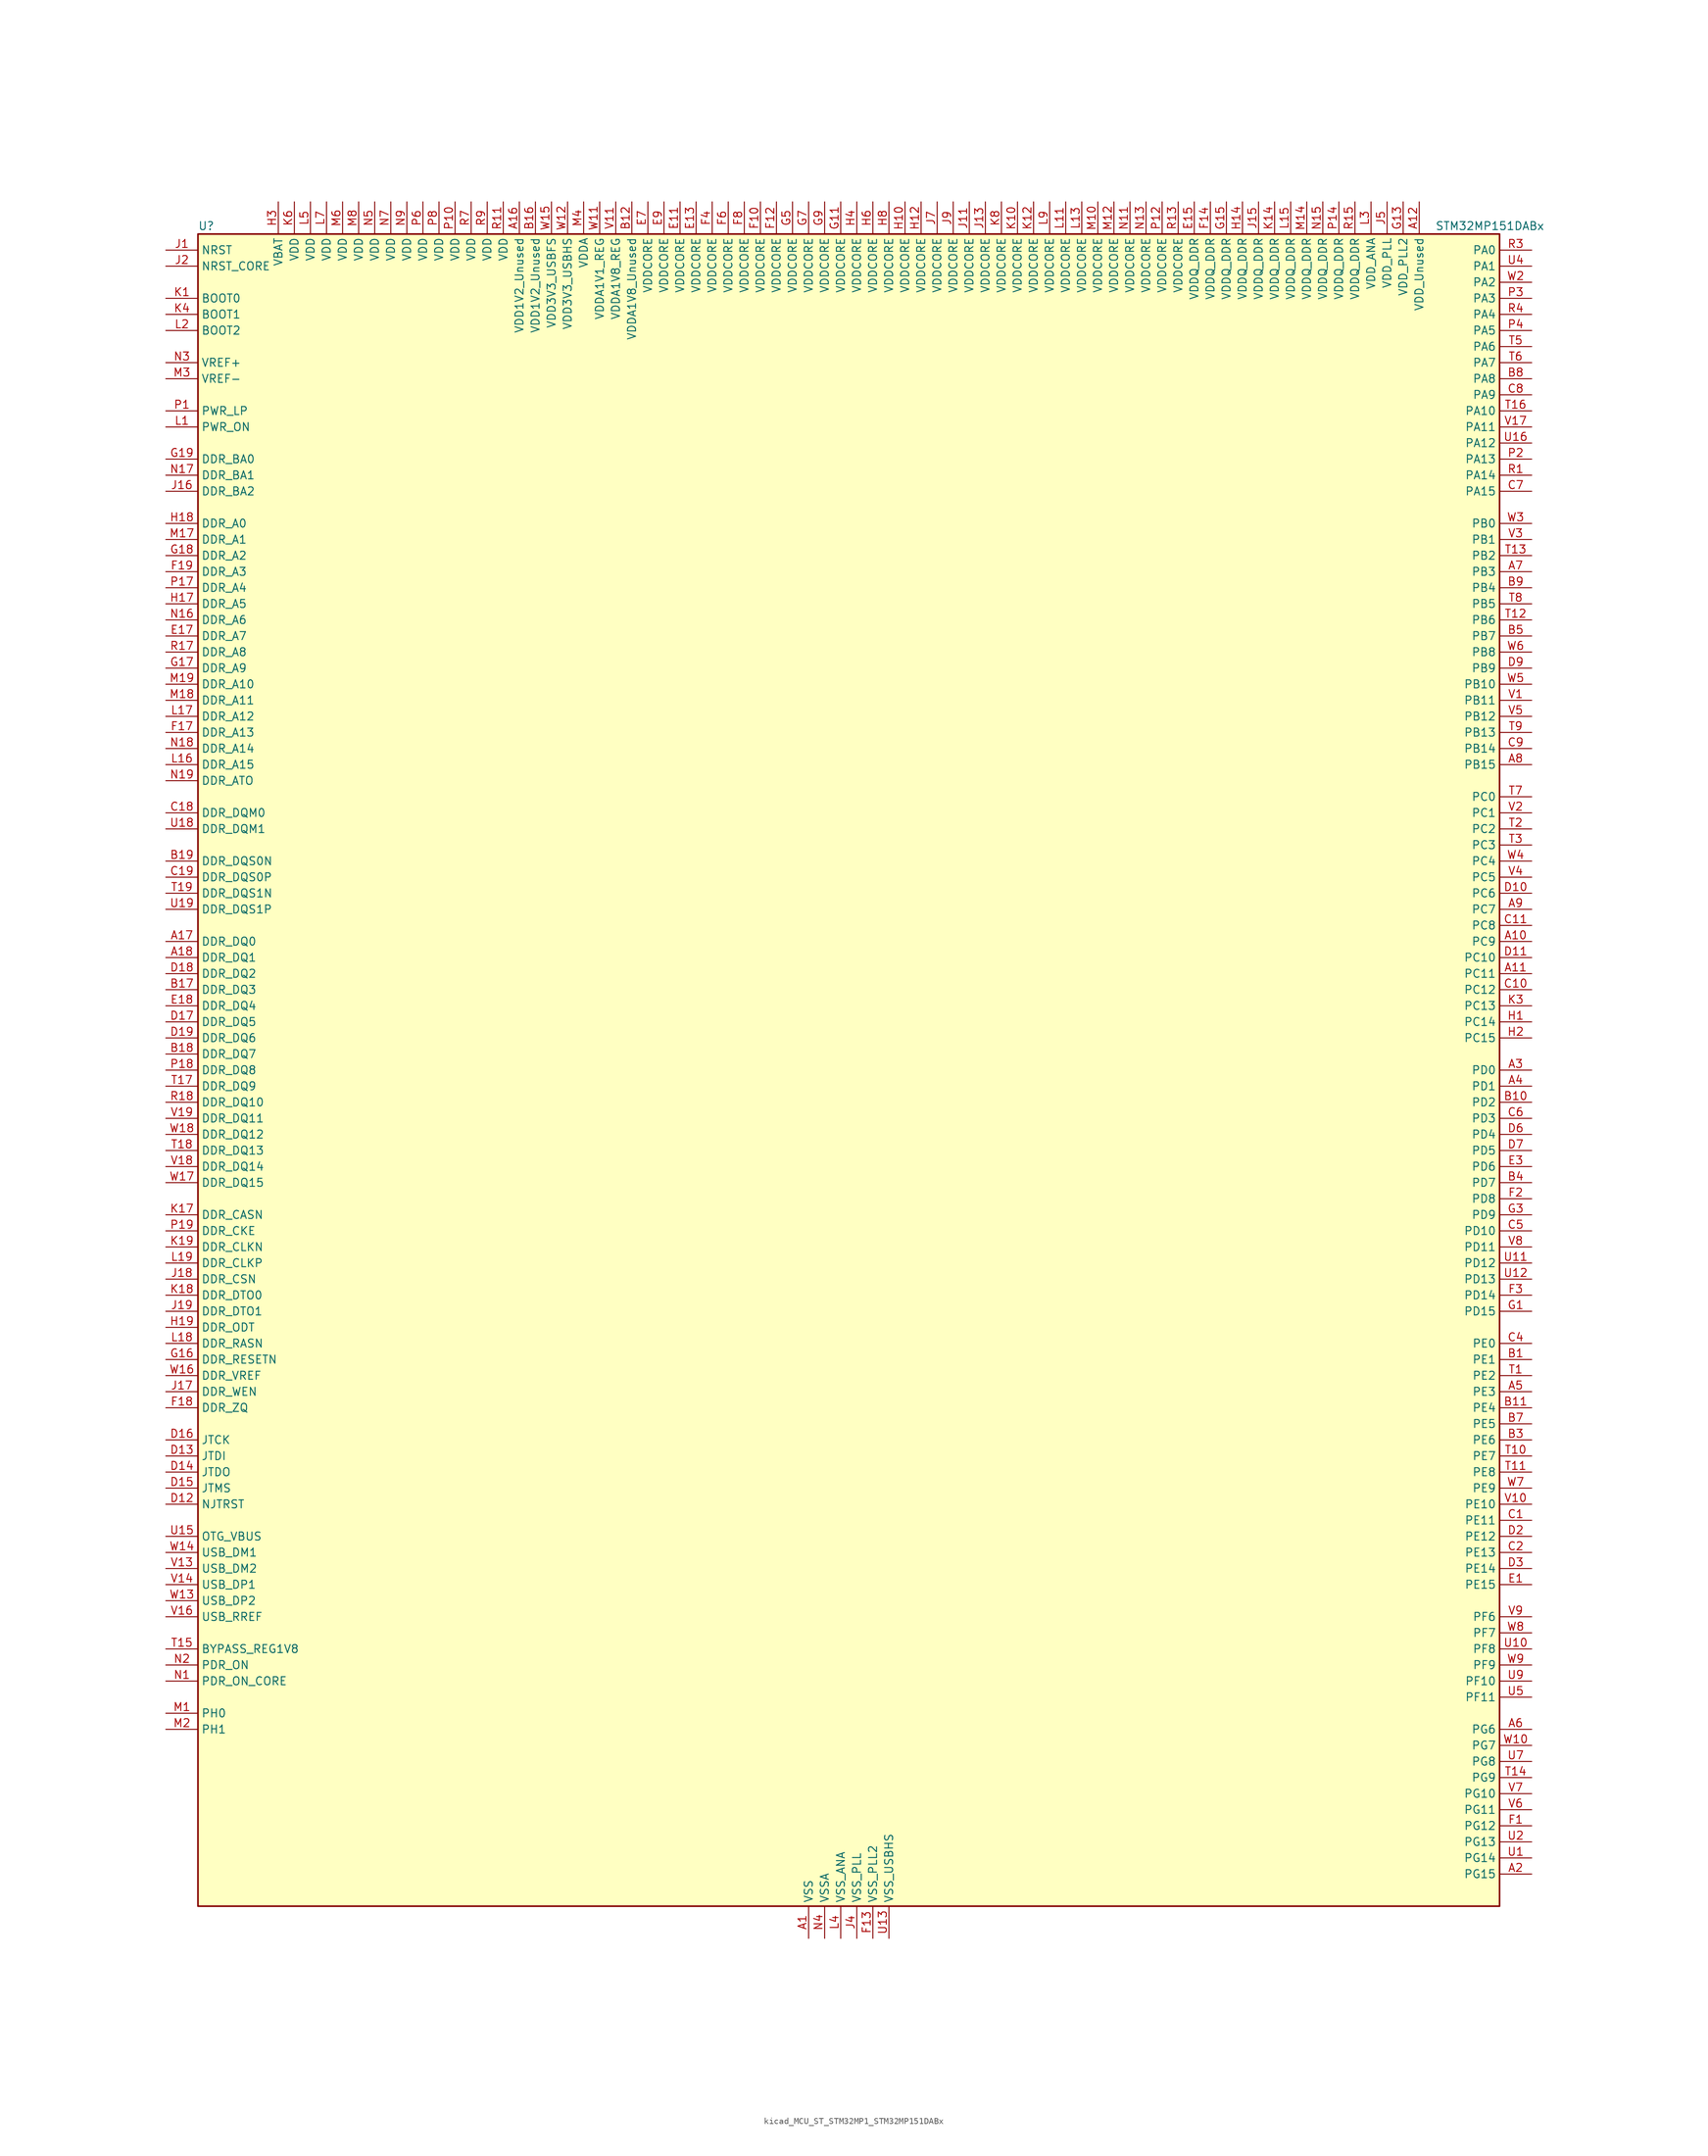
<source format=kicad_sym>
(kicad_symbol_lib
  (version 20220914)
  (generator kicad_symbol_editor)
  (symbol "kicad_MCU_ST_STM32MP1_STM32MP151DABx"
    (property "Reference" "U"
      (at -101.6 133.35 0)
      (effects (font (size 1.27 1.27)) (justify left)))
    (property "Value" "STM32MP151DABx"
      (at 93.98 133.35 0)
      (effects (font (size 1.27 1.27)) (justify left)))
    (property "ki_locked" ""
      (at 0 0 0)
      (effects (font (size 1.27 1.27))))
    (symbol "kicad_MCU_ST_STM32MP1_STM32MP151DABx_0_1"
      (rectangle (start -101.6 -132.08) (end 104.14 132.08) (stroke (width 0.254) (type default)) (fill (type background))))
    (symbol "kicad_MCU_ST_STM32MP1_STM32MP151DABx_1_1"
      (pin power_in line (at -5.08 -137.16 90) (length 5.08) (name "VSS" (effects (font (size 1.27 1.27)))) (number "A1" (effects (font (size 1.27 1.27)))))
      (pin bidirectional line (at 109.22 20.32 180) (length 5.08) (name "PC9" (effects (font (size 1.27 1.27)))) (number "A10" (effects (font (size 1.27 1.27)))) (alternate "DAC1_EXTI9" bidirectional line) (alternate "DCMI_D3" bidirectional line) (alternate "DEBUG_TRACED1" bidirectional line) (alternate "I2C3_SDA" bidirectional line) (alternate "I2S_CKIN" bidirectional line) (alternate "LTDC_B2" bidirectional line) (alternate "QUADSPI_BK1_IO0" bidirectional line) (alternate "SDMMC1_D1" bidirectional line) (alternate "TIM3_CH4" bidirectional line) (alternate "TIM8_CH4" bidirectional line) (alternate "UART5_CTS" bidirectional line))
      (pin bidirectional line (at 109.22 15.24 180) (length 5.08) (name "PC11" (effects (font (size 1.27 1.27)))) (number "A11" (effects (font (size 1.27 1.27)))) (alternate "ADC1_EXTI11" bidirectional line) (alternate "ADC2_EXTI11" bidirectional line) (alternate "DCMI_D4" bidirectional line) (alternate "DEBUG_TRACED3" bidirectional line) (alternate "DFSDM1_DATIN5" bidirectional line) (alternate "I2S3_SDI" bidirectional line) (alternate "QUADSPI_BK2_NCS" bidirectional line) (alternate "SAI4_SCK_B" bidirectional line) (alternate "SDMMC1_D3" bidirectional line) (alternate "SPI3_MISO" bidirectional line) (alternate "UART4_RX" bidirectional line) (alternate "USART3_RX" bidirectional line))
      (pin power_in line (at 91.44 137.16 270) (length 5.08) (name "VDD_Unused" (effects (font (size 1.27 1.27)))) (number "A12" (effects (font (size 1.27 1.27)))))
      (pin no_connect line (at -101.6 -132.08 0) (length 5.08) hide (name "DNU" (effects (font (size 1.27 1.27)))) (number "A13" (effects (font (size 1.27 1.27)))))
      (pin no_connect line (at -101.6 -129.54 0) (length 5.08) hide (name "DNU" (effects (font (size 1.27 1.27)))) (number "A14" (effects (font (size 1.27 1.27)))))
      (pin no_connect line (at -101.6 -127 0) (length 5.08) hide (name "DNU" (effects (font (size 1.27 1.27)))) (number "A15" (effects (font (size 1.27 1.27)))))
      (pin power_in line (at -50.8 137.16 270) (length 5.08) (name "VDD1V2_Unused" (effects (font (size 1.27 1.27)))) (number "A16" (effects (font (size 1.27 1.27)))))
      (pin bidirectional line (at -106.68 20.32 0) (length 5.08) (name "DDR_DQ0" (effects (font (size 1.27 1.27)))) (number "A17" (effects (font (size 1.27 1.27)))) (alternate "DDR_DQ0" bidirectional line))
      (pin bidirectional line (at -106.68 17.78 0) (length 5.08) (name "DDR_DQ1" (effects (font (size 1.27 1.27)))) (number "A18" (effects (font (size 1.27 1.27)))) (alternate "DDR_DQ1" bidirectional line))
      (pin passive line (at -5.08 -137.16 90) (length 5.08) hide (name "VSS" (effects (font (size 1.27 1.27)))) (number "A19" (effects (font (size 1.27 1.27)))))
      (pin bidirectional line (at 109.22 -127 180) (length 5.08) (name "PG15" (effects (font (size 1.27 1.27)))) (number "A2" (effects (font (size 1.27 1.27)))) (alternate "ADC1_EXTI15" bidirectional line) (alternate "ADC2_EXTI15" bidirectional line) (alternate "DCMI_D13" bidirectional line) (alternate "DEBUG_TRACED7" bidirectional line) (alternate "I2C2_SDA" bidirectional line) (alternate "SAI1_D2" bidirectional line) (alternate "SAI1_FS_A" bidirectional line) (alternate "SDMMC3_CK" bidirectional line) (alternate "USART6_CTS" bidirectional line) (alternate "USART6_NSS" bidirectional line))
      (pin bidirectional line (at 109.22 0 180) (length 5.08) (name "PD0" (effects (font (size 1.27 1.27)))) (number "A3" (effects (font (size 1.27 1.27)))) (alternate "DFSDM1_CKIN6" bidirectional line) (alternate "DFSDM1_DATIN7" bidirectional line) (alternate "FMC_D2" bidirectional line) (alternate "FMC_DA2" bidirectional line) (alternate "I2C5_SDA" bidirectional line) (alternate "I2C6_SDA" bidirectional line) (alternate "SAI3_SCK_A" bidirectional line) (alternate "SDMMC3_CMD" bidirectional line) (alternate "UART4_RX" bidirectional line))
      (pin bidirectional line (at 109.22 -2.54 180) (length 5.08) (name "PD1" (effects (font (size 1.27 1.27)))) (number "A4" (effects (font (size 1.27 1.27)))) (alternate "DFSDM1_CKIN7" bidirectional line) (alternate "DFSDM1_DATIN6" bidirectional line) (alternate "FMC_D3" bidirectional line) (alternate "FMC_DA3" bidirectional line) (alternate "I2C5_SCL" bidirectional line) (alternate "I2C6_SCL" bidirectional line) (alternate "SAI3_SD_A" bidirectional line) (alternate "SDMMC3_D0" bidirectional line) (alternate "UART4_TX" bidirectional line))
      (pin bidirectional line (at 109.22 -50.8 180) (length 5.08) (name "PE3" (effects (font (size 1.27 1.27)))) (number "A5" (effects (font (size 1.27 1.27)))) (alternate "DEBUG_TRACED0" bidirectional line) (alternate "FMC_A19" bidirectional line) (alternate "SAI1_SD_B" bidirectional line) (alternate "SDMMC2_CK" bidirectional line) (alternate "TIM15_BKIN" bidirectional line))
      (pin bidirectional line (at 109.22 -104.14 180) (length 5.08) (name "PG6" (effects (font (size 1.27 1.27)))) (number "A6" (effects (font (size 1.27 1.27)))) (alternate "DCMI_D12" bidirectional line) (alternate "DEBUG_TRACED14" bidirectional line) (alternate "LTDC_R7" bidirectional line) (alternate "SDMMC2_CMD" bidirectional line) (alternate "TIM17_BKIN" bidirectional line))
      (pin bidirectional line (at 109.22 78.74 180) (length 5.08) (name "PB3" (effects (font (size 1.27 1.27)))) (number "A7" (effects (font (size 1.27 1.27)))) (alternate "DEBUG_TRACED9" bidirectional line) (alternate "I2S1_CK" bidirectional line) (alternate "I2S3_CK" bidirectional line) (alternate "SAI4_CK1" bidirectional line) (alternate "SAI4_MCLK_A" bidirectional line) (alternate "SDMMC2_D2" bidirectional line) (alternate "SPI1_SCK" bidirectional line) (alternate "SPI3_SCK" bidirectional line) (alternate "SPI6_SCK" bidirectional line) (alternate "TIM2_CH2" bidirectional line) (alternate "UART7_RX" bidirectional line))
      (pin bidirectional line (at 109.22 48.26 180) (length 5.08) (name "PB15" (effects (font (size 1.27 1.27)))) (number "A8" (effects (font (size 1.27 1.27)))) (alternate "ADC1_EXTI15" bidirectional line) (alternate "ADC2_EXTI15" bidirectional line) (alternate "DFSDM1_CKIN2" bidirectional line) (alternate "I2S2_SDO" bidirectional line) (alternate "RTC_REFIN" bidirectional line) (alternate "SDMMC2_D1" bidirectional line) (alternate "SPI2_MOSI" bidirectional line) (alternate "TIM12_CH2" bidirectional line) (alternate "TIM1_CH3N" bidirectional line) (alternate "TIM8_CH3N" bidirectional line) (alternate "USART1_RX" bidirectional line))
      (pin bidirectional line (at 109.22 25.4 180) (length 5.08) (name "PC7" (effects (font (size 1.27 1.27)))) (number "A9" (effects (font (size 1.27 1.27)))) (alternate "DCMI_D1" bidirectional line) (alternate "DFSDM1_DATIN3" bidirectional line) (alternate "HDP_HDP4" bidirectional line) (alternate "I2S3_MCK" bidirectional line) (alternate "LTDC_G6" bidirectional line) (alternate "SDMMC1_D123DIR" bidirectional line) (alternate "SDMMC1_D7" bidirectional line) (alternate "SDMMC2_D123DIR" bidirectional line) (alternate "SDMMC2_D7" bidirectional line) (alternate "TIM3_CH2" bidirectional line) (alternate "TIM8_CH2" bidirectional line) (alternate "USART6_RX" bidirectional line))
      (pin bidirectional line (at 109.22 -45.72 180) (length 5.08) (name "PE1" (effects (font (size 1.27 1.27)))) (number "B1" (effects (font (size 1.27 1.27)))) (alternate "DCMI_D3" bidirectional line) (alternate "FMC_NBL1" bidirectional line) (alternate "I2S2_MCK" bidirectional line) (alternate "LPTIM1_IN2" bidirectional line) (alternate "SAI3_SD_B" bidirectional line) (alternate "UART8_TX" bidirectional line))
      (pin bidirectional line (at 109.22 -5.08 180) (length 5.08) (name "PD2" (effects (font (size 1.27 1.27)))) (number "B10" (effects (font (size 1.27 1.27)))) (alternate "DCMI_D11" bidirectional line) (alternate "I2C5_SMBA" bidirectional line) (alternate "SDMMC1_CMD" bidirectional line) (alternate "TIM3_ETR" bidirectional line) (alternate "UART4_RX" bidirectional line) (alternate "UART5_RX" bidirectional line))
      (pin bidirectional line (at 109.22 -53.34 180) (length 5.08) (name "PE4" (effects (font (size 1.27 1.27)))) (number "B11" (effects (font (size 1.27 1.27)))) (alternate "DCMI_D4" bidirectional line) (alternate "DEBUG_TRACED1" bidirectional line) (alternate "DFSDM1_DATIN3" bidirectional line) (alternate "FMC_A20" bidirectional line) (alternate "LTDC_B0" bidirectional line) (alternate "SAI1_D2" bidirectional line) (alternate "SAI1_FS_A" bidirectional line) (alternate "SDMMC1_CKIN" bidirectional line) (alternate "SDMMC1_D4" bidirectional line) (alternate "SDMMC2_CKIN" bidirectional line) (alternate "SDMMC2_D4" bidirectional line) (alternate "SPI4_NSS" bidirectional line) (alternate "TIM15_CH1N" bidirectional line))
      (pin power_in line (at -33.02 137.16 270) (length 5.08) (name "VDDA1V8_Unused" (effects (font (size 1.27 1.27)))) (number "B12" (effects (font (size 1.27 1.27)))))
      (pin no_connect line (at -101.6 -124.46 0) (length 5.08) hide (name "DNU" (effects (font (size 1.27 1.27)))) (number "B13" (effects (font (size 1.27 1.27)))))
      (pin no_connect line (at -101.6 -121.92 0) (length 5.08) hide (name "DNU" (effects (font (size 1.27 1.27)))) (number "B14" (effects (font (size 1.27 1.27)))))
      (pin no_connect line (at -101.6 -119.38 0) (length 5.08) hide (name "DNU" (effects (font (size 1.27 1.27)))) (number "B15" (effects (font (size 1.27 1.27)))))
      (pin power_in line (at -48.26 137.16 270) (length 5.08) (name "VDD1V2_Unused" (effects (font (size 1.27 1.27)))) (number "B16" (effects (font (size 1.27 1.27)))))
      (pin bidirectional line (at -106.68 12.7 0) (length 5.08) (name "DDR_DQ3" (effects (font (size 1.27 1.27)))) (number "B17" (effects (font (size 1.27 1.27)))) (alternate "DDR_DQ3" bidirectional line))
      (pin bidirectional line (at -106.68 2.54 0) (length 5.08) (name "DDR_DQ7" (effects (font (size 1.27 1.27)))) (number "B18" (effects (font (size 1.27 1.27)))) (alternate "DDR_DQ7" bidirectional line))
      (pin bidirectional line (at -106.68 33.02 0) (length 5.08) (name "DDR_DQS0N" (effects (font (size 1.27 1.27)))) (number "B19" (effects (font (size 1.27 1.27)))) (alternate "DDR_DQS0N" bidirectional line))
      (pin passive line (at -5.08 -137.16 90) (length 5.08) hide (name "VSS" (effects (font (size 1.27 1.27)))) (number "B2" (effects (font (size 1.27 1.27)))))
      (pin bidirectional line (at 109.22 -58.42 180) (length 5.08) (name "PE6" (effects (font (size 1.27 1.27)))) (number "B3" (effects (font (size 1.27 1.27)))) (alternate "DCMI_D7" bidirectional line) (alternate "DEBUG_TRACED2" bidirectional line) (alternate "FMC_A22" bidirectional line) (alternate "LTDC_G1" bidirectional line) (alternate "SAI1_D1" bidirectional line) (alternate "SAI1_SD_A" bidirectional line) (alternate "SAI2_MCLK_B" bidirectional line) (alternate "SDMMC1_D2" bidirectional line) (alternate "SDMMC2_D0" bidirectional line) (alternate "SPI4_MOSI" bidirectional line) (alternate "TIM15_CH2" bidirectional line) (alternate "TIM1_BKIN2" bidirectional line))
      (pin bidirectional line (at 109.22 -17.78 180) (length 5.08) (name "PD7" (effects (font (size 1.27 1.27)))) (number "B4" (effects (font (size 1.27 1.27)))) (alternate "DEBUG_TRACED6" bidirectional line) (alternate "DFSDM1_CKIN1" bidirectional line) (alternate "DFSDM1_DATIN4" bidirectional line) (alternate "FMC_NE1" bidirectional line) (alternate "I2C2_SCL" bidirectional line) (alternate "SDMMC3_D3" bidirectional line) (alternate "SPDIFRX_IN0" bidirectional line) (alternate "USART2_CK" bidirectional line))
      (pin bidirectional line (at 109.22 68.58 180) (length 5.08) (name "PB7" (effects (font (size 1.27 1.27)))) (number "B5" (effects (font (size 1.27 1.27)))) (alternate "DCMI_VSYNC" bidirectional line) (alternate "DFSDM1_CKIN5" bidirectional line) (alternate "FMC_NL" bidirectional line) (alternate "I2C1_SDA" bidirectional line) (alternate "I2C4_SDA" bidirectional line) (alternate "SDMMC2_D1" bidirectional line) (alternate "TIM17_CH1N" bidirectional line) (alternate "TIM4_CH2" bidirectional line) (alternate "USART1_RX" bidirectional line))
      (pin passive line (at -5.08 -137.16 90) (length 5.08) hide (name "VSS" (effects (font (size 1.27 1.27)))) (number "B6" (effects (font (size 1.27 1.27)))))
      (pin bidirectional line (at 109.22 -55.88 180) (length 5.08) (name "PE5" (effects (font (size 1.27 1.27)))) (number "B7" (effects (font (size 1.27 1.27)))) (alternate "DCMI_D6" bidirectional line) (alternate "DEBUG_TRACED3" bidirectional line) (alternate "DFSDM1_CKIN3" bidirectional line) (alternate "FMC_A21" bidirectional line) (alternate "LTDC_G0" bidirectional line) (alternate "SAI1_CK2" bidirectional line) (alternate "SAI1_SCK_A" bidirectional line) (alternate "SDMMC1_D0DIR" bidirectional line) (alternate "SDMMC1_D6" bidirectional line) (alternate "SDMMC2_D0DIR" bidirectional line) (alternate "SDMMC2_D6" bidirectional line) (alternate "SPI4_MISO" bidirectional line) (alternate "TIM15_CH1" bidirectional line))
      (pin bidirectional line (at 109.22 109.22 180) (length 5.08) (name "PA8" (effects (font (size 1.27 1.27)))) (number "B8" (effects (font (size 1.27 1.27)))) (alternate "I2C3_SCL" bidirectional line) (alternate "I2S3_SDO" bidirectional line) (alternate "LTDC_R6" bidirectional line) (alternate "RCC_MCO_1" bidirectional line) (alternate "SAI4_SD_B" bidirectional line) (alternate "SDMMC2_CKIN" bidirectional line) (alternate "SDMMC2_D4" bidirectional line) (alternate "SPI3_MOSI" bidirectional line) (alternate "TIM1_CH1" bidirectional line) (alternate "TIM8_BKIN2" bidirectional line) (alternate "UART7_RX" bidirectional line) (alternate "USART1_CK" bidirectional line) (alternate "USB_OTG_HS_SOF" bidirectional line))
      (pin bidirectional line (at 109.22 76.2 180) (length 5.08) (name "PB4" (effects (font (size 1.27 1.27)))) (number "B9" (effects (font (size 1.27 1.27)))) (alternate "DEBUG_TRACED8" bidirectional line) (alternate "I2S1_SDI" bidirectional line) (alternate "I2S2_WS" bidirectional line) (alternate "I2S3_SDI" bidirectional line) (alternate "SAI4_CK2" bidirectional line) (alternate "SAI4_SCK_A" bidirectional line) (alternate "SDMMC2_D3" bidirectional line) (alternate "SPI1_MISO" bidirectional line) (alternate "SPI2_NSS" bidirectional line) (alternate "SPI3_MISO" bidirectional line) (alternate "SPI6_MISO" bidirectional line) (alternate "TIM16_BKIN" bidirectional line) (alternate "TIM3_CH1" bidirectional line) (alternate "UART7_TX" bidirectional line))
      (pin bidirectional line (at 109.22 -71.12 180) (length 5.08) (name "PE11" (effects (font (size 1.27 1.27)))) (number "C1" (effects (font (size 1.27 1.27)))) (alternate "ADC1_EXTI11" bidirectional line) (alternate "ADC2_EXTI11" bidirectional line) (alternate "DCMI_D4" bidirectional line) (alternate "DFSDM1_CKIN4" bidirectional line) (alternate "FMC_D8" bidirectional line) (alternate "FMC_DA8" bidirectional line) (alternate "LTDC_G3" bidirectional line) (alternate "SAI2_SD_B" bidirectional line) (alternate "SPI4_NSS" bidirectional line) (alternate "TIM1_CH2" bidirectional line) (alternate "USART6_CK" bidirectional line))
      (pin bidirectional line (at 109.22 12.7 180) (length 5.08) (name "PC12" (effects (font (size 1.27 1.27)))) (number "C10" (effects (font (size 1.27 1.27)))) (alternate "DCMI_D9" bidirectional line) (alternate "DEBUG_TRACECLK" bidirectional line) (alternate "I2S3_SDO" bidirectional line) (alternate "RCC_MCO_2" bidirectional line) (alternate "SAI4_D3" bidirectional line) (alternate "SAI4_SD_B" bidirectional line) (alternate "SDMMC1_CK" bidirectional line) (alternate "SPI3_MOSI" bidirectional line) (alternate "UART5_TX" bidirectional line) (alternate "USART3_CK" bidirectional line))
      (pin bidirectional line (at 109.22 22.86 180) (length 5.08) (name "PC8" (effects (font (size 1.27 1.27)))) (number "C11" (effects (font (size 1.27 1.27)))) (alternate "DCMI_D2" bidirectional line) (alternate "DEBUG_TRACED0" bidirectional line) (alternate "SDMMC1_D0" bidirectional line) (alternate "TIM3_CH3" bidirectional line) (alternate "TIM8_CH3" bidirectional line) (alternate "UART4_TX" bidirectional line) (alternate "UART5_DE" bidirectional line) (alternate "UART5_RTS" bidirectional line) (alternate "USART6_CK" bidirectional line))
      (pin passive line (at -5.08 -137.16 90) (length 5.08) hide (name "VSS" (effects (font (size 1.27 1.27)))) (number "C12" (effects (font (size 1.27 1.27)))))
      (pin passive line (at -5.08 -137.16 90) (length 5.08) hide (name "VSS" (effects (font (size 1.27 1.27)))) (number "C13" (effects (font (size 1.27 1.27)))))
      (pin passive line (at -5.08 -137.16 90) (length 5.08) hide (name "VSS" (effects (font (size 1.27 1.27)))) (number "C14" (effects (font (size 1.27 1.27)))))
      (pin passive line (at -5.08 -137.16 90) (length 5.08) hide (name "VSS" (effects (font (size 1.27 1.27)))) (number "C15" (effects (font (size 1.27 1.27)))))
      (pin passive line (at -5.08 -137.16 90) (length 5.08) hide (name "VSS" (effects (font (size 1.27 1.27)))) (number "C16" (effects (font (size 1.27 1.27)))))
      (pin passive line (at -5.08 -137.16 90) (length 5.08) hide (name "VSS" (effects (font (size 1.27 1.27)))) (number "C17" (effects (font (size 1.27 1.27)))))
      (pin bidirectional line (at -106.68 40.64 0) (length 5.08) (name "DDR_DQM0" (effects (font (size 1.27 1.27)))) (number "C18" (effects (font (size 1.27 1.27)))) (alternate "DDR_DQM0" bidirectional line))
      (pin bidirectional line (at -106.68 30.48 0) (length 5.08) (name "DDR_DQS0P" (effects (font (size 1.27 1.27)))) (number "C19" (effects (font (size 1.27 1.27)))) (alternate "DDR_DQS0P" bidirectional line))
      (pin bidirectional line (at 109.22 -76.2 180) (length 5.08) (name "PE13" (effects (font (size 1.27 1.27)))) (number "C2" (effects (font (size 1.27 1.27)))) (alternate "DCMI_D6" bidirectional line) (alternate "DFSDM1_CKIN5" bidirectional line) (alternate "FMC_D10" bidirectional line) (alternate "FMC_DA10" bidirectional line) (alternate "HDP_HDP2" bidirectional line) (alternate "LTDC_DE" bidirectional line) (alternate "SAI2_FS_B" bidirectional line) (alternate "SPI4_MISO" bidirectional line) (alternate "TIM1_CH3" bidirectional line))
      (pin passive line (at -5.08 -137.16 90) (length 5.08) hide (name "VSS" (effects (font (size 1.27 1.27)))) (number "C3" (effects (font (size 1.27 1.27)))))
      (pin bidirectional line (at 109.22 -43.18 180) (length 5.08) (name "PE0" (effects (font (size 1.27 1.27)))) (number "C4" (effects (font (size 1.27 1.27)))) (alternate "DCMI_D2" bidirectional line) (alternate "FMC_NBL0" bidirectional line) (alternate "I2S3_CK" bidirectional line) (alternate "LPTIM1_ETR" bidirectional line) (alternate "LPTIM2_ETR" bidirectional line) (alternate "SAI2_MCLK_A" bidirectional line) (alternate "SAI4_MCLK_B" bidirectional line) (alternate "SPI3_SCK" bidirectional line) (alternate "TIM4_ETR" bidirectional line) (alternate "UART8_RX" bidirectional line))
      (pin bidirectional line (at 109.22 -25.4 180) (length 5.08) (name "PD10" (effects (font (size 1.27 1.27)))) (number "C5" (effects (font (size 1.27 1.27)))) (alternate "DFSDM1_CKOUT" bidirectional line) (alternate "FMC_D15" bidirectional line) (alternate "FMC_DA15" bidirectional line) (alternate "I2C5_SMBA" bidirectional line) (alternate "I2S3_SDI" bidirectional line) (alternate "LTDC_B3" bidirectional line) (alternate "RTC_REFIN" bidirectional line) (alternate "SAI3_FS_B" bidirectional line) (alternate "SPI3_MISO" bidirectional line) (alternate "TIM16_BKIN" bidirectional line) (alternate "USART3_CK" bidirectional line))
      (pin bidirectional line (at 109.22 -7.62 180) (length 5.08) (name "PD3" (effects (font (size 1.27 1.27)))) (number "C6" (effects (font (size 1.27 1.27)))) (alternate "DCMI_D5" bidirectional line) (alternate "DFSDM1_CKOUT" bidirectional line) (alternate "DFSDM1_DATIN0" bidirectional line) (alternate "FMC_CLK" bidirectional line) (alternate "HDP_HDP5" bidirectional line) (alternate "I2S2_CK" bidirectional line) (alternate "LTDC_G7" bidirectional line) (alternate "SDMMC1_D123DIR" bidirectional line) (alternate "SDMMC1_D7" bidirectional line) (alternate "SDMMC2_D123DIR" bidirectional line) (alternate "SDMMC2_D7" bidirectional line) (alternate "SPI2_SCK" bidirectional line) (alternate "USART2_CTS" bidirectional line) (alternate "USART2_NSS" bidirectional line))
      (pin bidirectional line (at 109.22 91.44 180) (length 5.08) (name "PA15" (effects (font (size 1.27 1.27)))) (number "C7" (effects (font (size 1.27 1.27)))) (alternate "ADC1_EXTI15" bidirectional line) (alternate "ADC2_EXTI15" bidirectional line) (alternate "CEC" bidirectional line) (alternate "DEBUG_DBTRGI" bidirectional line) (alternate "I2S1_WS" bidirectional line) (alternate "I2S3_WS" bidirectional line) (alternate "LTDC_R1" bidirectional line) (alternate "SAI4_D2" bidirectional line) (alternate "SAI4_FS_A" bidirectional line) (alternate "SDMMC1_CDIR" bidirectional line) (alternate "SDMMC1_D5" bidirectional line) (alternate "SDMMC2_CDIR" bidirectional line) (alternate "SDMMC2_D5" bidirectional line) (alternate "SPI1_NSS" bidirectional line) (alternate "SPI3_NSS" bidirectional line) (alternate "SPI6_NSS" bidirectional line) (alternate "TIM2_CH1" bidirectional line) (alternate "TIM2_ETR" bidirectional line) (alternate "UART4_DE" bidirectional line) (alternate "UART4_RTS" bidirectional line) (alternate "UART7_TX" bidirectional line))
      (pin bidirectional line (at 109.22 106.68 180) (length 5.08) (name "PA9" (effects (font (size 1.27 1.27)))) (number "C8" (effects (font (size 1.27 1.27)))) (alternate "DAC1_EXTI9" bidirectional line) (alternate "DCMI_D0" bidirectional line) (alternate "I2C3_SMBA" bidirectional line) (alternate "I2S2_CK" bidirectional line) (alternate "LTDC_R5" bidirectional line) (alternate "SDMMC2_CDIR" bidirectional line) (alternate "SDMMC2_D5" bidirectional line) (alternate "SPI2_SCK" bidirectional line) (alternate "TIM1_CH2" bidirectional line) (alternate "USART1_TX" bidirectional line))
      (pin bidirectional line (at 109.22 50.8 180) (length 5.08) (name "PB14" (effects (font (size 1.27 1.27)))) (number "C9" (effects (font (size 1.27 1.27)))) (alternate "DFSDM1_DATIN2" bidirectional line) (alternate "I2S2_SDI" bidirectional line) (alternate "SDMMC2_D0" bidirectional line) (alternate "SPI2_MISO" bidirectional line) (alternate "TIM12_CH1" bidirectional line) (alternate "TIM1_CH2N" bidirectional line) (alternate "TIM8_CH2N" bidirectional line) (alternate "USART1_TX" bidirectional line) (alternate "USART3_DE" bidirectional line) (alternate "USART3_RTS" bidirectional line))
      (pin passive line (at -5.08 -137.16 90) (length 5.08) hide (name "VSS" (effects (font (size 1.27 1.27)))) (number "D1" (effects (font (size 1.27 1.27)))))
      (pin bidirectional line (at 109.22 27.94 180) (length 5.08) (name "PC6" (effects (font (size 1.27 1.27)))) (number "D10" (effects (font (size 1.27 1.27)))) (alternate "DCMI_D0" bidirectional line) (alternate "DFSDM1_CKIN3" bidirectional line) (alternate "HDP_HDP1" bidirectional line) (alternate "I2S2_MCK" bidirectional line) (alternate "LTDC_HSYNC" bidirectional line) (alternate "SDMMC1_D0DIR" bidirectional line) (alternate "SDMMC1_D6" bidirectional line) (alternate "SDMMC2_D0DIR" bidirectional line) (alternate "SDMMC2_D6" bidirectional line) (alternate "TIM3_CH1" bidirectional line) (alternate "TIM8_CH1" bidirectional line) (alternate "USART6_TX" bidirectional line))
      (pin bidirectional line (at 109.22 17.78 180) (length 5.08) (name "PC10" (effects (font (size 1.27 1.27)))) (number "D11" (effects (font (size 1.27 1.27)))) (alternate "DCMI_D8" bidirectional line) (alternate "DEBUG_TRACED2" bidirectional line) (alternate "DFSDM1_CKIN5" bidirectional line) (alternate "I2S3_CK" bidirectional line) (alternate "LTDC_R2" bidirectional line) (alternate "QUADSPI_BK1_IO1" bidirectional line) (alternate "SAI4_MCLK_B" bidirectional line) (alternate "SDMMC1_D2" bidirectional line) (alternate "SPI3_SCK" bidirectional line) (alternate "UART4_TX" bidirectional line) (alternate "USART3_TX" bidirectional line))
      (pin bidirectional line (at -106.68 -68.58 0) (length 5.08) (name "NJTRST" (effects (font (size 1.27 1.27)))) (number "D12" (effects (font (size 1.27 1.27)))) (alternate "DEBUG_JTRST" bidirectional line))
      (pin bidirectional line (at -106.68 -60.96 0) (length 5.08) (name "JTDI" (effects (font (size 1.27 1.27)))) (number "D13" (effects (font (size 1.27 1.27)))) (alternate "DEBUG_JTDI" bidirectional line))
      (pin bidirectional line (at -106.68 -63.5 0) (length 5.08) (name "JTDO" (effects (font (size 1.27 1.27)))) (number "D14" (effects (font (size 1.27 1.27)))) (alternate "DEBUG_JTDO-SWO" bidirectional line))
      (pin bidirectional line (at -106.68 -66.04 0) (length 5.08) (name "JTMS" (effects (font (size 1.27 1.27)))) (number "D15" (effects (font (size 1.27 1.27)))) (alternate "DEBUG_JTMS-SWDIO" bidirectional line))
      (pin bidirectional line (at -106.68 -58.42 0) (length 5.08) (name "JTCK" (effects (font (size 1.27 1.27)))) (number "D16" (effects (font (size 1.27 1.27)))) (alternate "DEBUG_JTCK-SWCLK" bidirectional line))
      (pin bidirectional line (at -106.68 7.62 0) (length 5.08) (name "DDR_DQ5" (effects (font (size 1.27 1.27)))) (number "D17" (effects (font (size 1.27 1.27)))) (alternate "DDR_DQ5" bidirectional line))
      (pin bidirectional line (at -106.68 15.24 0) (length 5.08) (name "DDR_DQ2" (effects (font (size 1.27 1.27)))) (number "D18" (effects (font (size 1.27 1.27)))) (alternate "DDR_DQ2" bidirectional line))
      (pin bidirectional line (at -106.68 5.08 0) (length 5.08) (name "DDR_DQ6" (effects (font (size 1.27 1.27)))) (number "D19" (effects (font (size 1.27 1.27)))) (alternate "DDR_DQ6" bidirectional line))
      (pin bidirectional line (at 109.22 -73.66 180) (length 5.08) (name "PE12" (effects (font (size 1.27 1.27)))) (number "D2" (effects (font (size 1.27 1.27)))) (alternate "DFSDM1_DATIN5" bidirectional line) (alternate "FMC_D9" bidirectional line) (alternate "FMC_DA9" bidirectional line) (alternate "LTDC_B4" bidirectional line) (alternate "SAI2_SCK_B" bidirectional line) (alternate "SDMMC1_D0DIR" bidirectional line) (alternate "SPI4_SCK" bidirectional line) (alternate "TIM1_CH3N" bidirectional line))
      (pin bidirectional line (at 109.22 -78.74 180) (length 5.08) (name "PE14" (effects (font (size 1.27 1.27)))) (number "D3" (effects (font (size 1.27 1.27)))) (alternate "FMC_D11" bidirectional line) (alternate "FMC_DA11" bidirectional line) (alternate "LTDC_CLK" bidirectional line) (alternate "LTDC_G0" bidirectional line) (alternate "SAI2_MCLK_B" bidirectional line) (alternate "SDMMC1_D123DIR" bidirectional line) (alternate "SPI4_MOSI" bidirectional line) (alternate "TIM1_CH4" bidirectional line) (alternate "UART8_DE" bidirectional line) (alternate "UART8_RTS" bidirectional line))
      (pin passive line (at -5.08 -137.16 90) (length 5.08) hide (name "VSS" (effects (font (size 1.27 1.27)))) (number "D4" (effects (font (size 1.27 1.27)))))
      (pin passive line (at -5.08 -137.16 90) (length 5.08) hide (name "VSS" (effects (font (size 1.27 1.27)))) (number "D5" (effects (font (size 1.27 1.27)))))
      (pin bidirectional line (at 109.22 -10.16 180) (length 5.08) (name "PD4" (effects (font (size 1.27 1.27)))) (number "D6" (effects (font (size 1.27 1.27)))) (alternate "DFSDM1_CKIN0" bidirectional line) (alternate "FMC_NOE" bidirectional line) (alternate "SAI3_FS_A" bidirectional line) (alternate "SDMMC3_D1" bidirectional line) (alternate "USART2_DE" bidirectional line) (alternate "USART2_RTS" bidirectional line))
      (pin bidirectional line (at 109.22 -12.7 180) (length 5.08) (name "PD5" (effects (font (size 1.27 1.27)))) (number "D7" (effects (font (size 1.27 1.27)))) (alternate "FMC_NWE" bidirectional line) (alternate "SDMMC3_D2" bidirectional line) (alternate "USART2_TX" bidirectional line))
      (pin passive line (at -5.08 -137.16 90) (length 5.08) hide (name "VSS" (effects (font (size 1.27 1.27)))) (number "D8" (effects (font (size 1.27 1.27)))))
      (pin bidirectional line (at 109.22 63.5 180) (length 5.08) (name "PB9" (effects (font (size 1.27 1.27)))) (number "D9" (effects (font (size 1.27 1.27)))) (alternate "DAC1_EXTI9" bidirectional line) (alternate "DCMI_D7" bidirectional line) (alternate "DFSDM1_DATIN7" bidirectional line) (alternate "HDP_HDP7" bidirectional line) (alternate "I2C1_SDA" bidirectional line) (alternate "I2C4_SDA" bidirectional line) (alternate "I2S2_WS" bidirectional line) (alternate "LTDC_B7" bidirectional line) (alternate "SDMMC1_CDIR" bidirectional line) (alternate "SDMMC1_D5" bidirectional line) (alternate "SDMMC2_CDIR" bidirectional line) (alternate "SDMMC2_D5" bidirectional line) (alternate "SPI2_NSS" bidirectional line) (alternate "TIM17_CH1" bidirectional line) (alternate "TIM4_CH4" bidirectional line) (alternate "UART4_TX" bidirectional line))
      (pin bidirectional line (at 109.22 -81.28 180) (length 5.08) (name "PE15" (effects (font (size 1.27 1.27)))) (number "E1" (effects (font (size 1.27 1.27)))) (alternate "ADC1_EXTI15" bidirectional line) (alternate "ADC2_EXTI15" bidirectional line) (alternate "FMC_D12" bidirectional line) (alternate "FMC_DA12" bidirectional line) (alternate "FMC_NCE2" bidirectional line) (alternate "HDP_HDP3" bidirectional line) (alternate "LTDC_R7" bidirectional line) (alternate "TIM15_BKIN" bidirectional line) (alternate "TIM1_BKIN" bidirectional line) (alternate "UART8_CTS" bidirectional line) (alternate "USART2_CTS" bidirectional line) (alternate "USART2_NSS" bidirectional line))
      (pin passive line (at -5.08 -137.16 90) (length 5.08) hide (name "VSS" (effects (font (size 1.27 1.27)))) (number "E10" (effects (font (size 1.27 1.27)))))
      (pin power_in line (at -25.4 137.16 270) (length 5.08) (name "VDDCORE" (effects (font (size 1.27 1.27)))) (number "E11" (effects (font (size 1.27 1.27)))))
      (pin passive line (at -5.08 -137.16 90) (length 5.08) hide (name "VSS" (effects (font (size 1.27 1.27)))) (number "E12" (effects (font (size 1.27 1.27)))))
      (pin power_in line (at -22.86 137.16 270) (length 5.08) (name "VDDCORE" (effects (font (size 1.27 1.27)))) (number "E13" (effects (font (size 1.27 1.27)))))
      (pin passive line (at -5.08 -137.16 90) (length 5.08) hide (name "VSS" (effects (font (size 1.27 1.27)))) (number "E14" (effects (font (size 1.27 1.27)))))
      (pin power_in line (at 55.88 137.16 270) (length 5.08) (name "VDDQ_DDR" (effects (font (size 1.27 1.27)))) (number "E15" (effects (font (size 1.27 1.27)))))
      (pin passive line (at -5.08 -137.16 90) (length 5.08) hide (name "VSS" (effects (font (size 1.27 1.27)))) (number "E16" (effects (font (size 1.27 1.27)))))
      (pin bidirectional line (at -106.68 68.58 0) (length 5.08) (name "DDR_A7" (effects (font (size 1.27 1.27)))) (number "E17" (effects (font (size 1.27 1.27)))) (alternate "DDR_A7" bidirectional line))
      (pin bidirectional line (at -106.68 10.16 0) (length 5.08) (name "DDR_DQ4" (effects (font (size 1.27 1.27)))) (number "E18" (effects (font (size 1.27 1.27)))) (alternate "DDR_DQ4" bidirectional line))
      (pin passive line (at -5.08 -137.16 90) (length 5.08) hide (name "VSS" (effects (font (size 1.27 1.27)))) (number "E2" (effects (font (size 1.27 1.27)))))
      (pin bidirectional line (at 109.22 -15.24 180) (length 5.08) (name "PD6" (effects (font (size 1.27 1.27)))) (number "E3" (effects (font (size 1.27 1.27)))) (alternate "DCMI_D10" bidirectional line) (alternate "DFSDM1_CKIN4" bidirectional line) (alternate "DFSDM1_DATIN1" bidirectional line) (alternate "FMC_NWAIT" bidirectional line) (alternate "I2S3_SDO" bidirectional line) (alternate "LTDC_B2" bidirectional line) (alternate "SAI1_D1" bidirectional line) (alternate "SAI1_SD_A" bidirectional line) (alternate "SPI3_MOSI" bidirectional line) (alternate "TIM16_CH1N" bidirectional line) (alternate "USART2_RX" bidirectional line))
      (pin passive line (at -5.08 -137.16 90) (length 5.08) hide (name "VSS" (effects (font (size 1.27 1.27)))) (number "E4" (effects (font (size 1.27 1.27)))))
      (pin passive line (at -5.08 -137.16 90) (length 5.08) hide (name "VSS" (effects (font (size 1.27 1.27)))) (number "E5" (effects (font (size 1.27 1.27)))))
      (pin passive line (at -5.08 -137.16 90) (length 5.08) hide (name "VSS" (effects (font (size 1.27 1.27)))) (number "E6" (effects (font (size 1.27 1.27)))))
      (pin power_in line (at -30.48 137.16 270) (length 5.08) (name "VDDCORE" (effects (font (size 1.27 1.27)))) (number "E7" (effects (font (size 1.27 1.27)))))
      (pin passive line (at -5.08 -137.16 90) (length 5.08) hide (name "VSS" (effects (font (size 1.27 1.27)))) (number "E8" (effects (font (size 1.27 1.27)))))
      (pin power_in line (at -27.94 137.16 270) (length 5.08) (name "VDDCORE" (effects (font (size 1.27 1.27)))) (number "E9" (effects (font (size 1.27 1.27)))))
      (pin bidirectional line (at 109.22 -119.38 180) (length 5.08) (name "PG12" (effects (font (size 1.27 1.27)))) (number "F1" (effects (font (size 1.27 1.27)))) (alternate "ETH1_PHY_INTN" bidirectional line) (alternate "FMC_NE4" bidirectional line) (alternate "LPTIM1_IN1" bidirectional line) (alternate "LTDC_B1" bidirectional line) (alternate "LTDC_B4" bidirectional line) (alternate "SAI4_CK2" bidirectional line) (alternate "SAI4_SCK_A" bidirectional line) (alternate "SPDIFRX_IN1" bidirectional line) (alternate "SPI6_MISO" bidirectional line) (alternate "USART6_DE" bidirectional line) (alternate "USART6_RTS" bidirectional line))
      (pin power_in line (at -12.7 137.16 270) (length 5.08) (name "VDDCORE" (effects (font (size 1.27 1.27)))) (number "F10" (effects (font (size 1.27 1.27)))))
      (pin passive line (at -5.08 -137.16 90) (length 5.08) hide (name "VSS" (effects (font (size 1.27 1.27)))) (number "F11" (effects (font (size 1.27 1.27)))))
      (pin power_in line (at -10.16 137.16 270) (length 5.08) (name "VDDCORE" (effects (font (size 1.27 1.27)))) (number "F12" (effects (font (size 1.27 1.27)))))
      (pin power_in line (at 5.08 -137.16 90) (length 5.08) (name "VSS_PLL2" (effects (font (size 1.27 1.27)))) (number "F13" (effects (font (size 1.27 1.27)))))
      (pin power_in line (at 58.42 137.16 270) (length 5.08) (name "VDDQ_DDR" (effects (font (size 1.27 1.27)))) (number "F14" (effects (font (size 1.27 1.27)))))
      (pin passive line (at -5.08 -137.16 90) (length 5.08) hide (name "VSS" (effects (font (size 1.27 1.27)))) (number "F15" (effects (font (size 1.27 1.27)))))
      (pin bidirectional line (at -106.68 53.34 0) (length 5.08) (name "DDR_A13" (effects (font (size 1.27 1.27)))) (number "F17" (effects (font (size 1.27 1.27)))) (alternate "DDR_A13" bidirectional line))
      (pin bidirectional line (at -106.68 -53.34 0) (length 5.08) (name "DDR_ZQ" (effects (font (size 1.27 1.27)))) (number "F18" (effects (font (size 1.27 1.27)))) (alternate "DDR_ZQ" bidirectional line))
      (pin bidirectional line (at -106.68 78.74 0) (length 5.08) (name "DDR_A3" (effects (font (size 1.27 1.27)))) (number "F19" (effects (font (size 1.27 1.27)))) (alternate "DDR_A3" bidirectional line))
      (pin bidirectional line (at 109.22 -20.32 180) (length 5.08) (name "PD8" (effects (font (size 1.27 1.27)))) (number "F2" (effects (font (size 1.27 1.27)))) (alternate "DFSDM1_CKIN3" bidirectional line) (alternate "FMC_D13" bidirectional line) (alternate "FMC_DA13" bidirectional line) (alternate "LTDC_B7" bidirectional line) (alternate "SAI3_SCK_B" bidirectional line) (alternate "SPDIFRX_IN1" bidirectional line) (alternate "USART3_TX" bidirectional line))
      (pin bidirectional line (at 109.22 -35.56 180) (length 5.08) (name "PD14" (effects (font (size 1.27 1.27)))) (number "F3" (effects (font (size 1.27 1.27)))) (alternate "FMC_D0" bidirectional line) (alternate "FMC_DA0" bidirectional line) (alternate "SAI3_MCLK_B" bidirectional line) (alternate "TIM4_CH3" bidirectional line) (alternate "UART8_CTS" bidirectional line))
      (pin power_in line (at -20.32 137.16 270) (length 5.08) (name "VDDCORE" (effects (font (size 1.27 1.27)))) (number "F4" (effects (font (size 1.27 1.27)))))
      (pin passive line (at -5.08 -137.16 90) (length 5.08) hide (name "VSS" (effects (font (size 1.27 1.27)))) (number "F5" (effects (font (size 1.27 1.27)))))
      (pin power_in line (at -17.78 137.16 270) (length 5.08) (name "VDDCORE" (effects (font (size 1.27 1.27)))) (number "F6" (effects (font (size 1.27 1.27)))))
      (pin passive line (at -5.08 -137.16 90) (length 5.08) hide (name "VSS" (effects (font (size 1.27 1.27)))) (number "F7" (effects (font (size 1.27 1.27)))))
      (pin power_in line (at -15.24 137.16 270) (length 5.08) (name "VDDCORE" (effects (font (size 1.27 1.27)))) (number "F8" (effects (font (size 1.27 1.27)))))
      (pin passive line (at -5.08 -137.16 90) (length 5.08) hide (name "VSS" (effects (font (size 1.27 1.27)))) (number "F9" (effects (font (size 1.27 1.27)))))
      (pin bidirectional line (at 109.22 -38.1 180) (length 5.08) (name "PD15" (effects (font (size 1.27 1.27)))) (number "G1" (effects (font (size 1.27 1.27)))) (alternate "ADC1_EXTI15" bidirectional line) (alternate "ADC2_EXTI15" bidirectional line) (alternate "FMC_D1" bidirectional line) (alternate "FMC_DA1" bidirectional line) (alternate "LTDC_R1" bidirectional line) (alternate "SAI3_MCLK_A" bidirectional line) (alternate "TIM4_CH4" bidirectional line) (alternate "UART8_CTS" bidirectional line))
      (pin passive line (at -5.08 -137.16 90) (length 5.08) hide (name "VSS" (effects (font (size 1.27 1.27)))) (number "G10" (effects (font (size 1.27 1.27)))))
      (pin power_in line (at 0 137.16 270) (length 5.08) (name "VDDCORE" (effects (font (size 1.27 1.27)))) (number "G11" (effects (font (size 1.27 1.27)))))
      (pin passive line (at -5.08 -137.16 90) (length 5.08) hide (name "VSS" (effects (font (size 1.27 1.27)))) (number "G12" (effects (font (size 1.27 1.27)))))
      (pin power_in line (at 88.9 137.16 270) (length 5.08) (name "VDD_PLL2" (effects (font (size 1.27 1.27)))) (number "G13" (effects (font (size 1.27 1.27)))))
      (pin passive line (at -5.08 -137.16 90) (length 5.08) hide (name "VSS" (effects (font (size 1.27 1.27)))) (number "G14" (effects (font (size 1.27 1.27)))))
      (pin power_in line (at 60.96 137.16 270) (length 5.08) (name "VDDQ_DDR" (effects (font (size 1.27 1.27)))) (number "G15" (effects (font (size 1.27 1.27)))))
      (pin bidirectional line (at -106.68 -45.72 0) (length 5.08) (name "DDR_RESETN" (effects (font (size 1.27 1.27)))) (number "G16" (effects (font (size 1.27 1.27)))) (alternate "DDR_RESETN" bidirectional line))
      (pin bidirectional line (at -106.68 63.5 0) (length 5.08) (name "DDR_A9" (effects (font (size 1.27 1.27)))) (number "G17" (effects (font (size 1.27 1.27)))) (alternate "DDR_A9" bidirectional line))
      (pin bidirectional line (at -106.68 81.28 0) (length 5.08) (name "DDR_A2" (effects (font (size 1.27 1.27)))) (number "G18" (effects (font (size 1.27 1.27)))) (alternate "DDR_A2" bidirectional line))
      (pin bidirectional line (at -106.68 96.52 0) (length 5.08) (name "DDR_BA0" (effects (font (size 1.27 1.27)))) (number "G19" (effects (font (size 1.27 1.27)))) (alternate "DDR_BA0" bidirectional line))
      (pin passive line (at -5.08 -137.16 90) (length 5.08) hide (name "VSS" (effects (font (size 1.27 1.27)))) (number "G2" (effects (font (size 1.27 1.27)))))
      (pin bidirectional line (at 109.22 -22.86 180) (length 5.08) (name "PD9" (effects (font (size 1.27 1.27)))) (number "G3" (effects (font (size 1.27 1.27)))) (alternate "DAC1_EXTI9" bidirectional line) (alternate "DCMI_HSYNC" bidirectional line) (alternate "DFSDM1_DATIN3" bidirectional line) (alternate "FMC_D14" bidirectional line) (alternate "FMC_DA14" bidirectional line) (alternate "LTDC_B0" bidirectional line) (alternate "SAI3_SD_B" bidirectional line) (alternate "USART3_RX" bidirectional line))
      (pin passive line (at -5.08 -137.16 90) (length 5.08) hide (name "VSS" (effects (font (size 1.27 1.27)))) (number "G4" (effects (font (size 1.27 1.27)))))
      (pin power_in line (at -7.62 137.16 270) (length 5.08) (name "VDDCORE" (effects (font (size 1.27 1.27)))) (number "G5" (effects (font (size 1.27 1.27)))))
      (pin passive line (at -5.08 -137.16 90) (length 5.08) hide (name "VSS" (effects (font (size 1.27 1.27)))) (number "G6" (effects (font (size 1.27 1.27)))))
      (pin power_in line (at -5.08 137.16 270) (length 5.08) (name "VDDCORE" (effects (font (size 1.27 1.27)))) (number "G7" (effects (font (size 1.27 1.27)))))
      (pin passive line (at -5.08 -137.16 90) (length 5.08) hide (name "VSS" (effects (font (size 1.27 1.27)))) (number "G8" (effects (font (size 1.27 1.27)))))
      (pin power_in line (at -2.54 137.16 270) (length 5.08) (name "VDDCORE" (effects (font (size 1.27 1.27)))) (number "G9" (effects (font (size 1.27 1.27)))))
      (pin bidirectional line (at 109.22 7.62 180) (length 5.08) (name "PC14" (effects (font (size 1.27 1.27)))) (number "H1" (effects (font (size 1.27 1.27)))) (alternate "RCC_OSC32_IN" bidirectional line))
      (pin power_in line (at 10.16 137.16 270) (length 5.08) (name "VDDCORE" (effects (font (size 1.27 1.27)))) (number "H10" (effects (font (size 1.27 1.27)))))
      (pin passive line (at -5.08 -137.16 90) (length 5.08) hide (name "VSS" (effects (font (size 1.27 1.27)))) (number "H11" (effects (font (size 1.27 1.27)))))
      (pin power_in line (at 12.7 137.16 270) (length 5.08) (name "VDDCORE" (effects (font (size 1.27 1.27)))) (number "H12" (effects (font (size 1.27 1.27)))))
      (pin passive line (at -5.08 -137.16 90) (length 5.08) hide (name "VSS" (effects (font (size 1.27 1.27)))) (number "H13" (effects (font (size 1.27 1.27)))))
      (pin power_in line (at 63.5 137.16 270) (length 5.08) (name "VDDQ_DDR" (effects (font (size 1.27 1.27)))) (number "H14" (effects (font (size 1.27 1.27)))))
      (pin passive line (at -5.08 -137.16 90) (length 5.08) hide (name "VSS" (effects (font (size 1.27 1.27)))) (number "H15" (effects (font (size 1.27 1.27)))))
      (pin bidirectional line (at -106.68 73.66 0) (length 5.08) (name "DDR_A5" (effects (font (size 1.27 1.27)))) (number "H17" (effects (font (size 1.27 1.27)))) (alternate "DDR_A5" bidirectional line))
      (pin bidirectional line (at -106.68 86.36 0) (length 5.08) (name "DDR_A0" (effects (font (size 1.27 1.27)))) (number "H18" (effects (font (size 1.27 1.27)))) (alternate "DDR_A0" bidirectional line))
      (pin bidirectional line (at -106.68 -40.64 0) (length 5.08) (name "DDR_ODT" (effects (font (size 1.27 1.27)))) (number "H19" (effects (font (size 1.27 1.27)))) (alternate "DDR_ODT" bidirectional line))
      (pin bidirectional line (at 109.22 5.08 180) (length 5.08) (name "PC15" (effects (font (size 1.27 1.27)))) (number "H2" (effects (font (size 1.27 1.27)))) (alternate "ADC1_EXTI15" bidirectional line) (alternate "ADC2_EXTI15" bidirectional line) (alternate "RCC_OSC32_OUT" bidirectional line))
      (pin power_in line (at -88.9 137.16 270) (length 5.08) (name "VBAT" (effects (font (size 1.27 1.27)))) (number "H3" (effects (font (size 1.27 1.27)))))
      (pin power_in line (at 2.54 137.16 270) (length 5.08) (name "VDDCORE" (effects (font (size 1.27 1.27)))) (number "H4" (effects (font (size 1.27 1.27)))))
      (pin passive line (at -5.08 -137.16 90) (length 5.08) hide (name "VSS" (effects (font (size 1.27 1.27)))) (number "H5" (effects (font (size 1.27 1.27)))))
      (pin power_in line (at 5.08 137.16 270) (length 5.08) (name "VDDCORE" (effects (font (size 1.27 1.27)))) (number "H6" (effects (font (size 1.27 1.27)))))
      (pin passive line (at -5.08 -137.16 90) (length 5.08) hide (name "VSS" (effects (font (size 1.27 1.27)))) (number "H7" (effects (font (size 1.27 1.27)))))
      (pin power_in line (at 7.62 137.16 270) (length 5.08) (name "VDDCORE" (effects (font (size 1.27 1.27)))) (number "H8" (effects (font (size 1.27 1.27)))))
      (pin passive line (at -5.08 -137.16 90) (length 5.08) hide (name "VSS" (effects (font (size 1.27 1.27)))) (number "H9" (effects (font (size 1.27 1.27)))))
      (pin input line (at -106.68 129.54 0) (length 5.08) (name "NRST" (effects (font (size 1.27 1.27)))) (number "J1" (effects (font (size 1.27 1.27)))))
      (pin passive line (at -5.08 -137.16 90) (length 5.08) hide (name "VSS" (effects (font (size 1.27 1.27)))) (number "J10" (effects (font (size 1.27 1.27)))))
      (pin power_in line (at 20.32 137.16 270) (length 5.08) (name "VDDCORE" (effects (font (size 1.27 1.27)))) (number "J11" (effects (font (size 1.27 1.27)))))
      (pin passive line (at -5.08 -137.16 90) (length 5.08) hide (name "VSS" (effects (font (size 1.27 1.27)))) (number "J12" (effects (font (size 1.27 1.27)))))
      (pin power_in line (at 22.86 137.16 270) (length 5.08) (name "VDDCORE" (effects (font (size 1.27 1.27)))) (number "J13" (effects (font (size 1.27 1.27)))))
      (pin passive line (at -5.08 -137.16 90) (length 5.08) hide (name "VSS" (effects (font (size 1.27 1.27)))) (number "J14" (effects (font (size 1.27 1.27)))))
      (pin power_in line (at 66.04 137.16 270) (length 5.08) (name "VDDQ_DDR" (effects (font (size 1.27 1.27)))) (number "J15" (effects (font (size 1.27 1.27)))))
      (pin bidirectional line (at -106.68 91.44 0) (length 5.08) (name "DDR_BA2" (effects (font (size 1.27 1.27)))) (number "J16" (effects (font (size 1.27 1.27)))) (alternate "DDR_BA2" bidirectional line))
      (pin bidirectional line (at -106.68 -50.8 0) (length 5.08) (name "DDR_WEN" (effects (font (size 1.27 1.27)))) (number "J17" (effects (font (size 1.27 1.27)))) (alternate "DDR_WEN" bidirectional line))
      (pin bidirectional line (at -106.68 -33.02 0) (length 5.08) (name "DDR_CSN" (effects (font (size 1.27 1.27)))) (number "J18" (effects (font (size 1.27 1.27)))) (alternate "DDR_CSN" bidirectional line))
      (pin bidirectional line (at -106.68 -38.1 0) (length 5.08) (name "DDR_DTO1" (effects (font (size 1.27 1.27)))) (number "J19" (effects (font (size 1.27 1.27)))) (alternate "DDR_DTO1" bidirectional line))
      (pin input line (at -106.68 127 0) (length 5.08) (name "NRST_CORE" (effects (font (size 1.27 1.27)))) (number "J2" (effects (font (size 1.27 1.27)))))
      (pin passive line (at -5.08 -137.16 90) (length 5.08) hide (name "VSS" (effects (font (size 1.27 1.27)))) (number "J3" (effects (font (size 1.27 1.27)))))
      (pin power_in line (at 2.54 -137.16 90) (length 5.08) (name "VSS_PLL" (effects (font (size 1.27 1.27)))) (number "J4" (effects (font (size 1.27 1.27)))))
      (pin power_in line (at 86.36 137.16 270) (length 5.08) (name "VDD_PLL" (effects (font (size 1.27 1.27)))) (number "J5" (effects (font (size 1.27 1.27)))))
      (pin passive line (at -5.08 -137.16 90) (length 5.08) hide (name "VSS" (effects (font (size 1.27 1.27)))) (number "J6" (effects (font (size 1.27 1.27)))))
      (pin power_in line (at 15.24 137.16 270) (length 5.08) (name "VDDCORE" (effects (font (size 1.27 1.27)))) (number "J7" (effects (font (size 1.27 1.27)))))
      (pin passive line (at -5.08 -137.16 90) (length 5.08) hide (name "VSS" (effects (font (size 1.27 1.27)))) (number "J8" (effects (font (size 1.27 1.27)))))
      (pin power_in line (at 17.78 137.16 270) (length 5.08) (name "VDDCORE" (effects (font (size 1.27 1.27)))) (number "J9" (effects (font (size 1.27 1.27)))))
      (pin input line (at -106.68 121.92 0) (length 5.08) (name "BOOT0" (effects (font (size 1.27 1.27)))) (number "K1" (effects (font (size 1.27 1.27)))))
      (pin power_in line (at 27.94 137.16 270) (length 5.08) (name "VDDCORE" (effects (font (size 1.27 1.27)))) (number "K10" (effects (font (size 1.27 1.27)))))
      (pin passive line (at -5.08 -137.16 90) (length 5.08) hide (name "VSS" (effects (font (size 1.27 1.27)))) (number "K11" (effects (font (size 1.27 1.27)))))
      (pin power_in line (at 30.48 137.16 270) (length 5.08) (name "VDDCORE" (effects (font (size 1.27 1.27)))) (number "K12" (effects (font (size 1.27 1.27)))))
      (pin passive line (at -5.08 -137.16 90) (length 5.08) hide (name "VSS" (effects (font (size 1.27 1.27)))) (number "K13" (effects (font (size 1.27 1.27)))))
      (pin power_in line (at 68.58 137.16 270) (length 5.08) (name "VDDQ_DDR" (effects (font (size 1.27 1.27)))) (number "K14" (effects (font (size 1.27 1.27)))))
      (pin passive line (at -5.08 -137.16 90) (length 5.08) hide (name "VSS" (effects (font (size 1.27 1.27)))) (number "K15" (effects (font (size 1.27 1.27)))))
      (pin bidirectional line (at -106.68 -22.86 0) (length 5.08) (name "DDR_CASN" (effects (font (size 1.27 1.27)))) (number "K17" (effects (font (size 1.27 1.27)))) (alternate "DDR_CASN" bidirectional line))
      (pin bidirectional line (at -106.68 -35.56 0) (length 5.08) (name "DDR_DTO0" (effects (font (size 1.27 1.27)))) (number "K18" (effects (font (size 1.27 1.27)))) (alternate "DDR_DTO0" bidirectional line))
      (pin bidirectional line (at -106.68 -27.94 0) (length 5.08) (name "DDR_CLKN" (effects (font (size 1.27 1.27)))) (number "K19" (effects (font (size 1.27 1.27)))) (alternate "DDR_CLKN" bidirectional line))
      (pin passive line (at -5.08 -137.16 90) (length 5.08) hide (name "VSS" (effects (font (size 1.27 1.27)))) (number "K2" (effects (font (size 1.27 1.27)))))
      (pin bidirectional line (at 109.22 10.16 180) (length 5.08) (name "PC13" (effects (font (size 1.27 1.27)))) (number "K3" (effects (font (size 1.27 1.27)))) (alternate "PWR_WKUP3" bidirectional line) (alternate "RTC_LSCO" bidirectional line) (alternate "RTC_TS" bidirectional line) (alternate "TAMP_IN1" bidirectional line) (alternate "TAMP_OUT2" bidirectional line) (alternate "TAMP_OUT3" bidirectional line))
      (pin input line (at -106.68 119.38 0) (length 5.08) (name "BOOT1" (effects (font (size 1.27 1.27)))) (number "K4" (effects (font (size 1.27 1.27)))))
      (pin passive line (at -5.08 -137.16 90) (length 5.08) hide (name "VSS" (effects (font (size 1.27 1.27)))) (number "K5" (effects (font (size 1.27 1.27)))))
      (pin power_in line (at -86.36 137.16 270) (length 5.08) (name "VDD" (effects (font (size 1.27 1.27)))) (number "K6" (effects (font (size 1.27 1.27)))))
      (pin passive line (at -5.08 -137.16 90) (length 5.08) hide (name "VSS" (effects (font (size 1.27 1.27)))) (number "K7" (effects (font (size 1.27 1.27)))))
      (pin power_in line (at 25.4 137.16 270) (length 5.08) (name "VDDCORE" (effects (font (size 1.27 1.27)))) (number "K8" (effects (font (size 1.27 1.27)))))
      (pin passive line (at -5.08 -137.16 90) (length 5.08) hide (name "VSS" (effects (font (size 1.27 1.27)))) (number "K9" (effects (font (size 1.27 1.27)))))
      (pin output line (at -106.68 101.6 0) (length 5.08) (name "PWR_ON" (effects (font (size 1.27 1.27)))) (number "L1" (effects (font (size 1.27 1.27)))))
      (pin passive line (at -5.08 -137.16 90) (length 5.08) hide (name "VSS" (effects (font (size 1.27 1.27)))) (number "L10" (effects (font (size 1.27 1.27)))))
      (pin power_in line (at 35.56 137.16 270) (length 5.08) (name "VDDCORE" (effects (font (size 1.27 1.27)))) (number "L11" (effects (font (size 1.27 1.27)))))
      (pin passive line (at -5.08 -137.16 90) (length 5.08) hide (name "VSS" (effects (font (size 1.27 1.27)))) (number "L12" (effects (font (size 1.27 1.27)))))
      (pin power_in line (at 38.1 137.16 270) (length 5.08) (name "VDDCORE" (effects (font (size 1.27 1.27)))) (number "L13" (effects (font (size 1.27 1.27)))))
      (pin passive line (at -5.08 -137.16 90) (length 5.08) hide (name "VSS" (effects (font (size 1.27 1.27)))) (number "L14" (effects (font (size 1.27 1.27)))))
      (pin power_in line (at 71.12 137.16 270) (length 5.08) (name "VDDQ_DDR" (effects (font (size 1.27 1.27)))) (number "L15" (effects (font (size 1.27 1.27)))))
      (pin bidirectional line (at -106.68 48.26 0) (length 5.08) (name "DDR_A15" (effects (font (size 1.27 1.27)))) (number "L16" (effects (font (size 1.27 1.27)))) (alternate "DDR_A15" bidirectional line))
      (pin bidirectional line (at -106.68 55.88 0) (length 5.08) (name "DDR_A12" (effects (font (size 1.27 1.27)))) (number "L17" (effects (font (size 1.27 1.27)))) (alternate "DDR_A12" bidirectional line))
      (pin bidirectional line (at -106.68 -43.18 0) (length 5.08) (name "DDR_RASN" (effects (font (size 1.27 1.27)))) (number "L18" (effects (font (size 1.27 1.27)))) (alternate "DDR_RASN" bidirectional line))
      (pin bidirectional line (at -106.68 -30.48 0) (length 5.08) (name "DDR_CLKP" (effects (font (size 1.27 1.27)))) (number "L19" (effects (font (size 1.27 1.27)))) (alternate "DDR_CLKP" bidirectional line))
      (pin input line (at -106.68 116.84 0) (length 5.08) (name "BOOT2" (effects (font (size 1.27 1.27)))) (number "L2" (effects (font (size 1.27 1.27)))))
      (pin power_in line (at 83.82 137.16 270) (length 5.08) (name "VDD_ANA" (effects (font (size 1.27 1.27)))) (number "L3" (effects (font (size 1.27 1.27)))))
      (pin power_in line (at 0 -137.16 90) (length 5.08) (name "VSS_ANA" (effects (font (size 1.27 1.27)))) (number "L4" (effects (font (size 1.27 1.27)))))
      (pin power_in line (at -83.82 137.16 270) (length 5.08) (name "VDD" (effects (font (size 1.27 1.27)))) (number "L5" (effects (font (size 1.27 1.27)))))
      (pin passive line (at -5.08 -137.16 90) (length 5.08) hide (name "VSS" (effects (font (size 1.27 1.27)))) (number "L6" (effects (font (size 1.27 1.27)))))
      (pin power_in line (at -81.28 137.16 270) (length 5.08) (name "VDD" (effects (font (size 1.27 1.27)))) (number "L7" (effects (font (size 1.27 1.27)))))
      (pin passive line (at -5.08 -137.16 90) (length 5.08) hide (name "VSS" (effects (font (size 1.27 1.27)))) (number "L8" (effects (font (size 1.27 1.27)))))
      (pin power_in line (at 33.02 137.16 270) (length 5.08) (name "VDDCORE" (effects (font (size 1.27 1.27)))) (number "L9" (effects (font (size 1.27 1.27)))))
      (pin bidirectional line (at -106.68 -101.6 0) (length 5.08) (name "PH0" (effects (font (size 1.27 1.27)))) (number "M1" (effects (font (size 1.27 1.27)))) (alternate "RCC_OSC_IN" bidirectional line))
      (pin power_in line (at 40.64 137.16 270) (length 5.08) (name "VDDCORE" (effects (font (size 1.27 1.27)))) (number "M10" (effects (font (size 1.27 1.27)))))
      (pin passive line (at -5.08 -137.16 90) (length 5.08) hide (name "VSS" (effects (font (size 1.27 1.27)))) (number "M11" (effects (font (size 1.27 1.27)))))
      (pin power_in line (at 43.18 137.16 270) (length 5.08) (name "VDDCORE" (effects (font (size 1.27 1.27)))) (number "M12" (effects (font (size 1.27 1.27)))))
      (pin passive line (at -5.08 -137.16 90) (length 5.08) hide (name "VSS" (effects (font (size 1.27 1.27)))) (number "M13" (effects (font (size 1.27 1.27)))))
      (pin power_in line (at 73.66 137.16 270) (length 5.08) (name "VDDQ_DDR" (effects (font (size 1.27 1.27)))) (number "M14" (effects (font (size 1.27 1.27)))))
      (pin passive line (at -5.08 -137.16 90) (length 5.08) hide (name "VSS" (effects (font (size 1.27 1.27)))) (number "M15" (effects (font (size 1.27 1.27)))))
      (pin bidirectional line (at -106.68 83.82 0) (length 5.08) (name "DDR_A1" (effects (font (size 1.27 1.27)))) (number "M17" (effects (font (size 1.27 1.27)))) (alternate "DDR_A1" bidirectional line))
      (pin bidirectional line (at -106.68 58.42 0) (length 5.08) (name "DDR_A11" (effects (font (size 1.27 1.27)))) (number "M18" (effects (font (size 1.27 1.27)))) (alternate "DDR_A11" bidirectional line))
      (pin bidirectional line (at -106.68 60.96 0) (length 5.08) (name "DDR_A10" (effects (font (size 1.27 1.27)))) (number "M19" (effects (font (size 1.27 1.27)))) (alternate "DDR_A10" bidirectional line))
      (pin bidirectional line (at -106.68 -104.14 0) (length 5.08) (name "PH1" (effects (font (size 1.27 1.27)))) (number "M2" (effects (font (size 1.27 1.27)))) (alternate "RCC_OSC_OUT" bidirectional line))
      (pin input line (at -106.68 109.22 0) (length 5.08) (name "VREF-" (effects (font (size 1.27 1.27)))) (number "M3" (effects (font (size 1.27 1.27)))))
      (pin power_in line (at -40.64 137.16 270) (length 5.08) (name "VDDA" (effects (font (size 1.27 1.27)))) (number "M4" (effects (font (size 1.27 1.27)))))
      (pin passive line (at -5.08 -137.16 90) (length 5.08) hide (name "VSS" (effects (font (size 1.27 1.27)))) (number "M5" (effects (font (size 1.27 1.27)))))
      (pin power_in line (at -78.74 137.16 270) (length 5.08) (name "VDD" (effects (font (size 1.27 1.27)))) (number "M6" (effects (font (size 1.27 1.27)))))
      (pin passive line (at -5.08 -137.16 90) (length 5.08) hide (name "VSS" (effects (font (size 1.27 1.27)))) (number "M7" (effects (font (size 1.27 1.27)))))
      (pin power_in line (at -76.2 137.16 270) (length 5.08) (name "VDD" (effects (font (size 1.27 1.27)))) (number "M8" (effects (font (size 1.27 1.27)))))
      (pin passive line (at -5.08 -137.16 90) (length 5.08) hide (name "VSS" (effects (font (size 1.27 1.27)))) (number "M9" (effects (font (size 1.27 1.27)))))
      (pin bidirectional line (at -106.68 -96.52 0) (length 5.08) (name "PDR_ON_CORE" (effects (font (size 1.27 1.27)))) (number "N1" (effects (font (size 1.27 1.27)))))
      (pin passive line (at -5.08 -137.16 90) (length 5.08) hide (name "VSS" (effects (font (size 1.27 1.27)))) (number "N10" (effects (font (size 1.27 1.27)))))
      (pin power_in line (at 45.72 137.16 270) (length 5.08) (name "VDDCORE" (effects (font (size 1.27 1.27)))) (number "N11" (effects (font (size 1.27 1.27)))))
      (pin passive line (at -5.08 -137.16 90) (length 5.08) hide (name "VSS" (effects (font (size 1.27 1.27)))) (number "N12" (effects (font (size 1.27 1.27)))))
      (pin power_in line (at 48.26 137.16 270) (length 5.08) (name "VDDCORE" (effects (font (size 1.27 1.27)))) (number "N13" (effects (font (size 1.27 1.27)))))
      (pin passive line (at -5.08 -137.16 90) (length 5.08) hide (name "VSS" (effects (font (size 1.27 1.27)))) (number "N14" (effects (font (size 1.27 1.27)))))
      (pin power_in line (at 76.2 137.16 270) (length 5.08) (name "VDDQ_DDR" (effects (font (size 1.27 1.27)))) (number "N15" (effects (font (size 1.27 1.27)))))
      (pin bidirectional line (at -106.68 71.12 0) (length 5.08) (name "DDR_A6" (effects (font (size 1.27 1.27)))) (number "N16" (effects (font (size 1.27 1.27)))) (alternate "DDR_A6" bidirectional line))
      (pin bidirectional line (at -106.68 93.98 0) (length 5.08) (name "DDR_BA1" (effects (font (size 1.27 1.27)))) (number "N17" (effects (font (size 1.27 1.27)))) (alternate "DDR_BA1" bidirectional line))
      (pin bidirectional line (at -106.68 50.8 0) (length 5.08) (name "DDR_A14" (effects (font (size 1.27 1.27)))) (number "N18" (effects (font (size 1.27 1.27)))) (alternate "DDR_A14" bidirectional line))
      (pin bidirectional line (at -106.68 45.72 0) (length 5.08) (name "DDR_ATO" (effects (font (size 1.27 1.27)))) (number "N19" (effects (font (size 1.27 1.27)))) (alternate "DDR_ATO" bidirectional line))
      (pin bidirectional line (at -106.68 -93.98 0) (length 5.08) (name "PDR_ON" (effects (font (size 1.27 1.27)))) (number "N2" (effects (font (size 1.27 1.27)))))
      (pin input line (at -106.68 111.76 0) (length 5.08) (name "VREF+" (effects (font (size 1.27 1.27)))) (number "N3" (effects (font (size 1.27 1.27)))))
      (pin power_in line (at -2.54 -137.16 90) (length 5.08) (name "VSSA" (effects (font (size 1.27 1.27)))) (number "N4" (effects (font (size 1.27 1.27)))))
      (pin power_in line (at -73.66 137.16 270) (length 5.08) (name "VDD" (effects (font (size 1.27 1.27)))) (number "N5" (effects (font (size 1.27 1.27)))))
      (pin passive line (at -5.08 -137.16 90) (length 5.08) hide (name "VSS" (effects (font (size 1.27 1.27)))) (number "N6" (effects (font (size 1.27 1.27)))))
      (pin power_in line (at -71.12 137.16 270) (length 5.08) (name "VDD" (effects (font (size 1.27 1.27)))) (number "N7" (effects (font (size 1.27 1.27)))))
      (pin passive line (at -5.08 -137.16 90) (length 5.08) hide (name "VSS" (effects (font (size 1.27 1.27)))) (number "N8" (effects (font (size 1.27 1.27)))))
      (pin power_in line (at -68.58 137.16 270) (length 5.08) (name "VDD" (effects (font (size 1.27 1.27)))) (number "N9" (effects (font (size 1.27 1.27)))))
      (pin output line (at -106.68 104.14 0) (length 5.08) (name "PWR_LP" (effects (font (size 1.27 1.27)))) (number "P1" (effects (font (size 1.27 1.27)))))
      (pin power_in line (at -60.96 137.16 270) (length 5.08) (name "VDD" (effects (font (size 1.27 1.27)))) (number "P10" (effects (font (size 1.27 1.27)))))
      (pin passive line (at -5.08 -137.16 90) (length 5.08) hide (name "VSS" (effects (font (size 1.27 1.27)))) (number "P11" (effects (font (size 1.27 1.27)))))
      (pin power_in line (at 50.8 137.16 270) (length 5.08) (name "VDDCORE" (effects (font (size 1.27 1.27)))) (number "P12" (effects (font (size 1.27 1.27)))))
      (pin passive line (at -5.08 -137.16 90) (length 5.08) hide (name "VSS" (effects (font (size 1.27 1.27)))) (number "P13" (effects (font (size 1.27 1.27)))))
      (pin power_in line (at 78.74 137.16 270) (length 5.08) (name "VDDQ_DDR" (effects (font (size 1.27 1.27)))) (number "P14" (effects (font (size 1.27 1.27)))))
      (pin passive line (at -5.08 -137.16 90) (length 5.08) hide (name "VSS" (effects (font (size 1.27 1.27)))) (number "P15" (effects (font (size 1.27 1.27)))))
      (pin bidirectional line (at -106.68 76.2 0) (length 5.08) (name "DDR_A4" (effects (font (size 1.27 1.27)))) (number "P17" (effects (font (size 1.27 1.27)))) (alternate "DDR_A4" bidirectional line))
      (pin bidirectional line (at -106.68 0 0) (length 5.08) (name "DDR_DQ8" (effects (font (size 1.27 1.27)))) (number "P18" (effects (font (size 1.27 1.27)))) (alternate "DDR_DQ8" bidirectional line))
      (pin bidirectional line (at -106.68 -25.4 0) (length 5.08) (name "DDR_CKE" (effects (font (size 1.27 1.27)))) (number "P19" (effects (font (size 1.27 1.27)))) (alternate "DDR_CKE" bidirectional line))
      (pin bidirectional line (at 109.22 96.52 180) (length 5.08) (name "PA13" (effects (font (size 1.27 1.27)))) (number "P2" (effects (font (size 1.27 1.27)))) (alternate "DEBUG_DBTRGI" bidirectional line) (alternate "DEBUG_DBTRGO" bidirectional line) (alternate "RCC_MCO_1" bidirectional line) (alternate "UART4_TX" bidirectional line))
      (pin bidirectional line (at 109.22 121.92 180) (length 5.08) (name "PA3" (effects (font (size 1.27 1.27)))) (number "P3" (effects (font (size 1.27 1.27)))) (alternate "ADC1_INP15" bidirectional line) (alternate "ETH1_COL" bidirectional line) (alternate "LPTIM5_OUT" bidirectional line) (alternate "LTDC_B2" bidirectional line) (alternate "LTDC_B5" bidirectional line) (alternate "PWR_PVD_IN" bidirectional line) (alternate "TIM15_CH2" bidirectional line) (alternate "TIM2_CH4" bidirectional line) (alternate "TIM5_CH4" bidirectional line) (alternate "USART2_RX" bidirectional line))
      (pin bidirectional line (at 109.22 116.84 180) (length 5.08) (name "PA5" (effects (font (size 1.27 1.27)))) (number "P4" (effects (font (size 1.27 1.27)))) (alternate "ADC1_INN18" bidirectional line) (alternate "ADC1_INP19" bidirectional line) (alternate "ADC2_INN18" bidirectional line) (alternate "ADC2_INP19" bidirectional line) (alternate "DAC1_OUT2" bidirectional line) (alternate "I2S1_CK" bidirectional line) (alternate "LTDC_R4" bidirectional line) (alternate "SAI4_CK1" bidirectional line) (alternate "SAI4_MCLK_A" bidirectional line) (alternate "SPI1_SCK" bidirectional line) (alternate "SPI6_SCK" bidirectional line) (alternate "TIM2_CH1" bidirectional line) (alternate "TIM2_ETR" bidirectional line) (alternate "TIM8_CH1N" bidirectional line))
      (pin passive line (at -2.54 -137.16 90) (length 5.08) hide (name "VSSA" (effects (font (size 1.27 1.27)))) (number "P5" (effects (font (size 1.27 1.27)))))
      (pin power_in line (at -66.04 137.16 270) (length 5.08) (name "VDD" (effects (font (size 1.27 1.27)))) (number "P6" (effects (font (size 1.27 1.27)))))
      (pin passive line (at -5.08 -137.16 90) (length 5.08) hide (name "VSS" (effects (font (size 1.27 1.27)))) (number "P7" (effects (font (size 1.27 1.27)))))
      (pin power_in line (at -63.5 137.16 270) (length 5.08) (name "VDD" (effects (font (size 1.27 1.27)))) (number "P8" (effects (font (size 1.27 1.27)))))
      (pin passive line (at -5.08 -137.16 90) (length 5.08) hide (name "VSS" (effects (font (size 1.27 1.27)))) (number "P9" (effects (font (size 1.27 1.27)))))
      (pin bidirectional line (at 109.22 93.98 180) (length 5.08) (name "PA14" (effects (font (size 1.27 1.27)))) (number "R1" (effects (font (size 1.27 1.27)))) (alternate "DEBUG_DBTRGI" bidirectional line) (alternate "DEBUG_DBTRGO" bidirectional line) (alternate "RCC_MCO_2" bidirectional line))
      (pin passive line (at -5.08 -137.16 90) (length 5.08) hide (name "VSS" (effects (font (size 1.27 1.27)))) (number "R10" (effects (font (size 1.27 1.27)))))
      (pin power_in line (at -53.34 137.16 270) (length 5.08) (name "VDD" (effects (font (size 1.27 1.27)))) (number "R11" (effects (font (size 1.27 1.27)))))
      (pin passive line (at -5.08 -137.16 90) (length 5.08) hide (name "VSS" (effects (font (size 1.27 1.27)))) (number "R12" (effects (font (size 1.27 1.27)))))
      (pin power_in line (at 53.34 137.16 270) (length 5.08) (name "VDDCORE" (effects (font (size 1.27 1.27)))) (number "R13" (effects (font (size 1.27 1.27)))))
      (pin passive line (at -5.08 -137.16 90) (length 5.08) hide (name "VSS" (effects (font (size 1.27 1.27)))) (number "R14" (effects (font (size 1.27 1.27)))))
      (pin power_in line (at 81.28 137.16 270) (length 5.08) (name "VDDQ_DDR" (effects (font (size 1.27 1.27)))) (number "R15" (effects (font (size 1.27 1.27)))))
      (pin passive line (at -5.08 -137.16 90) (length 5.08) hide (name "VSS" (effects (font (size 1.27 1.27)))) (number "R16" (effects (font (size 1.27 1.27)))))
      (pin bidirectional line (at -106.68 66.04 0) (length 5.08) (name "DDR_A8" (effects (font (size 1.27 1.27)))) (number "R17" (effects (font (size 1.27 1.27)))) (alternate "DDR_A8" bidirectional line))
      (pin bidirectional line (at -106.68 -5.08 0) (length 5.08) (name "DDR_DQ10" (effects (font (size 1.27 1.27)))) (number "R18" (effects (font (size 1.27 1.27)))) (alternate "DDR_DQ10" bidirectional line))
      (pin passive line (at -5.08 -137.16 90) (length 5.08) hide (name "VSS" (effects (font (size 1.27 1.27)))) (number "R2" (effects (font (size 1.27 1.27)))))
      (pin bidirectional line (at 109.22 129.54 180) (length 5.08) (name "PA0" (effects (font (size 1.27 1.27)))) (number "R3" (effects (font (size 1.27 1.27)))) (alternate "ADC1_INP16" bidirectional line) (alternate "ETH1_CRS" bidirectional line) (alternate "PWR_WKUP1" bidirectional line) (alternate "SAI2_SD_B" bidirectional line) (alternate "SDMMC2_CMD" bidirectional line) (alternate "TIM15_BKIN" bidirectional line) (alternate "TIM2_CH1" bidirectional line) (alternate "TIM2_ETR" bidirectional line) (alternate "TIM5_CH1" bidirectional line) (alternate "TIM8_ETR" bidirectional line) (alternate "UART4_TX" bidirectional line) (alternate "USART2_CTS" bidirectional line) (alternate "USART2_NSS" bidirectional line))
      (pin bidirectional line (at 109.22 119.38 180) (length 5.08) (name "PA4" (effects (font (size 1.27 1.27)))) (number "R4" (effects (font (size 1.27 1.27)))) (alternate "ADC1_INP18" bidirectional line) (alternate "ADC2_INP18" bidirectional line) (alternate "DAC1_OUT1" bidirectional line) (alternate "DCMI_HSYNC" bidirectional line) (alternate "HDP_HDP0" bidirectional line) (alternate "I2S1_WS" bidirectional line) (alternate "I2S3_WS" bidirectional line) (alternate "LTDC_VSYNC" bidirectional line) (alternate "SAI4_D2" bidirectional line) (alternate "SAI4_FS_A" bidirectional line) (alternate "SPI1_NSS" bidirectional line) (alternate "SPI3_NSS" bidirectional line) (alternate "SPI6_NSS" bidirectional line) (alternate "TIM5_ETR" bidirectional line) (alternate "USART2_CK" bidirectional line))
      (pin passive line (at -2.54 -137.16 90) (length 5.08) hide (name "VSSA" (effects (font (size 1.27 1.27)))) (number "R5" (effects (font (size 1.27 1.27)))))
      (pin passive line (at -5.08 -137.16 90) (length 5.08) hide (name "VSS" (effects (font (size 1.27 1.27)))) (number "R6" (effects (font (size 1.27 1.27)))))
      (pin power_in line (at -58.42 137.16 270) (length 5.08) (name "VDD" (effects (font (size 1.27 1.27)))) (number "R7" (effects (font (size 1.27 1.27)))))
      (pin passive line (at -5.08 -137.16 90) (length 5.08) hide (name "VSS" (effects (font (size 1.27 1.27)))) (number "R8" (effects (font (size 1.27 1.27)))))
      (pin power_in line (at -55.88 137.16 270) (length 5.08) (name "VDD" (effects (font (size 1.27 1.27)))) (number "R9" (effects (font (size 1.27 1.27)))))
      (pin bidirectional line (at 109.22 -48.26 180) (length 5.08) (name "PE2" (effects (font (size 1.27 1.27)))) (number "T1" (effects (font (size 1.27 1.27)))) (alternate "DEBUG_TRACECLK" bidirectional line) (alternate "ETH1_TXD3" bidirectional line) (alternate "FMC_A23" bidirectional line) (alternate "I2C4_SCL" bidirectional line) (alternate "QUADSPI_BK1_IO2" bidirectional line) (alternate "SAI1_CK1" bidirectional line) (alternate "SAI1_MCLK_A" bidirectional line) (alternate "SPI4_SCK" bidirectional line))
      (pin bidirectional line (at 109.22 -60.96 180) (length 5.08) (name "PE7" (effects (font (size 1.27 1.27)))) (number "T10" (effects (font (size 1.27 1.27)))) (alternate "DFSDM1_DATIN2" bidirectional line) (alternate "FMC_D4" bidirectional line) (alternate "FMC_DA4" bidirectional line) (alternate "QUADSPI_BK2_IO0" bidirectional line) (alternate "TIM1_ETR" bidirectional line) (alternate "TIM3_ETR" bidirectional line) (alternate "UART7_RX" bidirectional line))
      (pin bidirectional line (at 109.22 -63.5 180) (length 5.08) (name "PE8" (effects (font (size 1.27 1.27)))) (number "T11" (effects (font (size 1.27 1.27)))) (alternate "DFSDM1_CKIN2" bidirectional line) (alternate "FMC_D5" bidirectional line) (alternate "FMC_DA5" bidirectional line) (alternate "QUADSPI_BK2_IO1" bidirectional line) (alternate "TIM1_CH1N" bidirectional line) (alternate "UART7_TX" bidirectional line))
      (pin bidirectional line (at 109.22 71.12 180) (length 5.08) (name "PB6" (effects (font (size 1.27 1.27)))) (number "T12" (effects (font (size 1.27 1.27)))) (alternate "CEC" bidirectional line) (alternate "DCMI_D5" bidirectional line) (alternate "DFSDM1_DATIN5" bidirectional line) (alternate "I2C1_SCL" bidirectional line) (alternate "I2C4_SCL" bidirectional line) (alternate "QUADSPI_BK1_NCS" bidirectional line) (alternate "TIM16_CH1N" bidirectional line) (alternate "TIM4_CH1" bidirectional line) (alternate "UART5_TX" bidirectional line) (alternate "USART1_TX" bidirectional line))
      (pin bidirectional line (at 109.22 81.28 180) (length 5.08) (name "PB2" (effects (font (size 1.27 1.27)))) (number "T13" (effects (font (size 1.27 1.27)))) (alternate "DEBUG_TRACED4" bidirectional line) (alternate "DFSDM1_CKIN1" bidirectional line) (alternate "I2S3_SDO" bidirectional line) (alternate "I2S_CKIN" bidirectional line) (alternate "QUADSPI_CLK" bidirectional line) (alternate "SAI1_D1" bidirectional line) (alternate "SAI1_SD_A" bidirectional line) (alternate "SPI3_MOSI" bidirectional line) (alternate "UART4_RX" bidirectional line) (alternate "USART1_RX" bidirectional line))
      (pin bidirectional line (at 109.22 -111.76 180) (length 5.08) (name "PG9" (effects (font (size 1.27 1.27)))) (number "T14" (effects (font (size 1.27 1.27)))) (alternate "DAC1_EXTI9" bidirectional line) (alternate "DCMI_VSYNC" bidirectional line) (alternate "DEBUG_DBTRGO" bidirectional line) (alternate "FMC_NCE" bidirectional line) (alternate "FMC_NE2" bidirectional line) (alternate "LTDC_R1" bidirectional line) (alternate "QUADSPI_BK2_IO2" bidirectional line) (alternate "SAI2_FS_B" bidirectional line) (alternate "SPDIFRX_IN3" bidirectional line) (alternate "USART6_RX" bidirectional line))
      (pin bidirectional line (at -106.68 -91.44 0) (length 5.08) (name "BYPASS_REG1V8" (effects (font (size 1.27 1.27)))) (number "T15" (effects (font (size 1.27 1.27)))))
      (pin bidirectional line (at 109.22 104.14 180) (length 5.08) (name "PA10" (effects (font (size 1.27 1.27)))) (number "T16" (effects (font (size 1.27 1.27)))) (alternate "DCMI_D1" bidirectional line) (alternate "I2S3_WS" bidirectional line) (alternate "LTDC_B1" bidirectional line) (alternate "SAI4_FS_B" bidirectional line) (alternate "SPI3_NSS" bidirectional line) (alternate "TIM1_CH3" bidirectional line) (alternate "USART1_RX" bidirectional line) (alternate "USB_OTG_HS_ID" bidirectional line))
      (pin bidirectional line (at -106.68 -2.54 0) (length 5.08) (name "DDR_DQ9" (effects (font (size 1.27 1.27)))) (number "T17" (effects (font (size 1.27 1.27)))) (alternate "DDR_DQ9" bidirectional line))
      (pin bidirectional line (at -106.68 -12.7 0) (length 5.08) (name "DDR_DQ13" (effects (font (size 1.27 1.27)))) (number "T18" (effects (font (size 1.27 1.27)))) (alternate "DDR_DQ13" bidirectional line))
      (pin bidirectional line (at -106.68 27.94 0) (length 5.08) (name "DDR_DQS1N" (effects (font (size 1.27 1.27)))) (number "T19" (effects (font (size 1.27 1.27)))) (alternate "DDR_DQS1N" bidirectional line))
      (pin bidirectional line (at 109.22 38.1 180) (length 5.08) (name "PC2" (effects (font (size 1.27 1.27)))) (number "T2" (effects (font (size 1.27 1.27)))) (alternate "ADC1_INN11" bidirectional line) (alternate "ADC1_INP12" bidirectional line) (alternate "DCMI_PIXCLK" bidirectional line) (alternate "DFSDM1_CKIN1" bidirectional line) (alternate "DFSDM1_CKOUT" bidirectional line) (alternate "ETH1_TXD2" bidirectional line) (alternate "I2S2_SDI" bidirectional line) (alternate "SPI2_MISO" bidirectional line))
      (pin bidirectional line (at 109.22 35.56 180) (length 5.08) (name "PC3" (effects (font (size 1.27 1.27)))) (number "T3" (effects (font (size 1.27 1.27)))) (alternate "ADC1_INN12" bidirectional line) (alternate "ADC1_INP13" bidirectional line) (alternate "DEBUG_TRACECLK" bidirectional line) (alternate "DFSDM1_DATIN1" bidirectional line) (alternate "ETH1_TX_CLK" bidirectional line) (alternate "I2S2_SDO" bidirectional line) (alternate "SPI2_MOSI" bidirectional line))
      (pin passive line (at -5.08 -137.16 90) (length 5.08) hide (name "VSS" (effects (font (size 1.27 1.27)))) (number "T4" (effects (font (size 1.27 1.27)))))
      (pin bidirectional line (at 109.22 114.3 180) (length 5.08) (name "PA6" (effects (font (size 1.27 1.27)))) (number "T5" (effects (font (size 1.27 1.27)))) (alternate "ADC1_INP3" bidirectional line) (alternate "ADC2_INP3" bidirectional line) (alternate "DCMI_PIXCLK" bidirectional line) (alternate "I2S1_SDI" bidirectional line) (alternate "LTDC_G2" bidirectional line) (alternate "SAI4_CK2" bidirectional line) (alternate "SAI4_SCK_A" bidirectional line) (alternate "SPI1_MISO" bidirectional line) (alternate "SPI6_MISO" bidirectional line) (alternate "TIM13_CH1" bidirectional line) (alternate "TIM1_BKIN" bidirectional line) (alternate "TIM3_CH1" bidirectional line) (alternate "TIM8_BKIN" bidirectional line))
      (pin bidirectional line (at 109.22 111.76 180) (length 5.08) (name "PA7" (effects (font (size 1.27 1.27)))) (number "T6" (effects (font (size 1.27 1.27)))) (alternate "ADC1_INN3" bidirectional line) (alternate "ADC1_INP7" bidirectional line) (alternate "ADC2_INN3" bidirectional line) (alternate "ADC2_INP7" bidirectional line) (alternate "ETH1_CRS_DV" bidirectional line) (alternate "ETH1_RX_CTL" bidirectional line) (alternate "ETH1_RX_DV" bidirectional line) (alternate "I2S1_SDO" bidirectional line) (alternate "QUADSPI_CLK" bidirectional line) (alternate "SAI4_D1" bidirectional line) (alternate "SAI4_SD_A" bidirectional line) (alternate "SPI1_MOSI" bidirectional line) (alternate "SPI6_MOSI" bidirectional line) (alternate "TIM14_CH1" bidirectional line) (alternate "TIM1_CH1N" bidirectional line) (alternate "TIM3_CH2" bidirectional line) (alternate "TIM8_CH1N" bidirectional line))
      (pin bidirectional line (at 109.22 43.18 180) (length 5.08) (name "PC0" (effects (font (size 1.27 1.27)))) (number "T7" (effects (font (size 1.27 1.27)))) (alternate "ADC1_INP10" bidirectional line) (alternate "ADC2_INP10" bidirectional line) (alternate "DFSDM1_CKIN0" bidirectional line) (alternate "DFSDM1_DATIN4" bidirectional line) (alternate "LPTIM2_IN2" bidirectional line) (alternate "LTDC_R5" bidirectional line) (alternate "QUADSPI_BK2_NCS" bidirectional line) (alternate "SAI2_FS_B" bidirectional line))
      (pin bidirectional line (at 109.22 73.66 180) (length 5.08) (name "PB5" (effects (font (size 1.27 1.27)))) (number "T8" (effects (font (size 1.27 1.27)))) (alternate "DCMI_D10" bidirectional line) (alternate "ETH1_CLK" bidirectional line) (alternate "ETH1_PPS_OUT" bidirectional line) (alternate "I2C1_SMBA" bidirectional line) (alternate "I2C4_SMBA" bidirectional line) (alternate "I2S1_SDO" bidirectional line) (alternate "I2S3_SDO" bidirectional line) (alternate "LTDC_G7" bidirectional line) (alternate "SAI4_D1" bidirectional line) (alternate "SAI4_SD_A" bidirectional line) (alternate "SPI1_MOSI" bidirectional line) (alternate "SPI3_MOSI" bidirectional line) (alternate "SPI6_MOSI" bidirectional line) (alternate "TIM17_BKIN" bidirectional line) (alternate "TIM3_CH2" bidirectional line) (alternate "UART5_RX" bidirectional line))
      (pin bidirectional line (at 109.22 53.34 180) (length 5.08) (name "PB13" (effects (font (size 1.27 1.27)))) (number "T9" (effects (font (size 1.27 1.27)))) (alternate "DFSDM1_CKIN1" bidirectional line) (alternate "DFSDM1_CKOUT" bidirectional line) (alternate "ETH1_TXD1" bidirectional line) (alternate "I2S2_CK" bidirectional line) (alternate "LPTIM2_OUT" bidirectional line) (alternate "SPI2_SCK" bidirectional line) (alternate "TIM1_CH1N" bidirectional line) (alternate "UART5_TX" bidirectional line) (alternate "USART3_CTS" bidirectional line) (alternate "USART3_NSS" bidirectional line))
      (pin bidirectional line (at 109.22 -124.46 180) (length 5.08) (name "PG14" (effects (font (size 1.27 1.27)))) (number "U1" (effects (font (size 1.27 1.27)))) (alternate "DEBUG_TRACED1" bidirectional line) (alternate "ETH1_TXD1" bidirectional line) (alternate "FMC_A25" bidirectional line) (alternate "LPTIM1_ETR" bidirectional line) (alternate "LTDC_B0" bidirectional line) (alternate "QUADSPI_BK2_IO3" bidirectional line) (alternate "SAI4_D1" bidirectional line) (alternate "SAI4_SD_A" bidirectional line) (alternate "SPI6_MOSI" bidirectional line) (alternate "USART6_TX" bidirectional line))
      (pin bidirectional line (at 109.22 -91.44 180) (length 5.08) (name "PF8" (effects (font (size 1.27 1.27)))) (number "U10" (effects (font (size 1.27 1.27)))) (alternate "DEBUG_TRACED12" bidirectional line) (alternate "QUADSPI_BK1_IO0" bidirectional line) (alternate "SAI1_SCK_B" bidirectional line) (alternate "SPI5_MISO" bidirectional line) (alternate "TIM13_CH1" bidirectional line) (alternate "TIM16_CH1N" bidirectional line) (alternate "UART7_DE" bidirectional line) (alternate "UART7_RTS" bidirectional line))
      (pin bidirectional line (at 109.22 -30.48 180) (length 5.08) (name "PD12" (effects (font (size 1.27 1.27)))) (number "U11" (effects (font (size 1.27 1.27)))) (alternate "FMC_A17" bidirectional line) (alternate "FMC_ALE" bidirectional line) (alternate "I2C1_SCL" bidirectional line) (alternate "I2C4_SCL" bidirectional line) (alternate "LPTIM1_IN1" bidirectional line) (alternate "LPTIM2_IN1" bidirectional line) (alternate "QUADSPI_BK1_IO1" bidirectional line) (alternate "SAI2_FS_A" bidirectional line) (alternate "TIM4_CH1" bidirectional line) (alternate "USART3_DE" bidirectional line) (alternate "USART3_RTS" bidirectional line))
      (pin bidirectional line (at 109.22 -33.02 180) (length 5.08) (name "PD13" (effects (font (size 1.27 1.27)))) (number "U12" (effects (font (size 1.27 1.27)))) (alternate "FMC_A18" bidirectional line) (alternate "I2C1_SDA" bidirectional line) (alternate "I2C4_SDA" bidirectional line) (alternate "I2S3_MCK" bidirectional line) (alternate "LPTIM1_OUT" bidirectional line) (alternate "QUADSPI_BK1_IO3" bidirectional line) (alternate "SAI2_SCK_A" bidirectional line) (alternate "TIM4_CH2" bidirectional line))
      (pin power_in line (at 7.62 -137.16 90) (length 5.08) (name "VSS_USBHS" (effects (font (size 1.27 1.27)))) (number "U13" (effects (font (size 1.27 1.27)))))
      (pin passive line (at 7.62 -137.16 90) (length 5.08) hide (name "VSS_USBHS" (effects (font (size 1.27 1.27)))) (number "U14" (effects (font (size 1.27 1.27)))))
      (pin bidirectional line (at -106.68 -73.66 0) (length 5.08) (name "OTG_VBUS" (effects (font (size 1.27 1.27)))) (number "U15" (effects (font (size 1.27 1.27)))) (alternate "USB_OTG_HS_VBUS" bidirectional line))
      (pin bidirectional line (at 109.22 99.06 180) (length 5.08) (name "PA12" (effects (font (size 1.27 1.27)))) (number "U16" (effects (font (size 1.27 1.27)))) (alternate "I2C5_SDA" bidirectional line) (alternate "I2C6_SDA" bidirectional line) (alternate "LTDC_R5" bidirectional line) (alternate "SAI2_FS_B" bidirectional line) (alternate "TIM1_ETR" bidirectional line) (alternate "UART4_TX" bidirectional line) (alternate "USART1_DE" bidirectional line) (alternate "USART1_RTS" bidirectional line))
      (pin passive line (at -5.08 -137.16 90) (length 5.08) hide (name "VSS" (effects (font (size 1.27 1.27)))) (number "U17" (effects (font (size 1.27 1.27)))))
      (pin bidirectional line (at -106.68 38.1 0) (length 5.08) (name "DDR_DQM1" (effects (font (size 1.27 1.27)))) (number "U18" (effects (font (size 1.27 1.27)))) (alternate "DDR_DQM1" bidirectional line))
      (pin bidirectional line (at -106.68 25.4 0) (length 5.08) (name "DDR_DQS1P" (effects (font (size 1.27 1.27)))) (number "U19" (effects (font (size 1.27 1.27)))) (alternate "DDR_DQS1P" bidirectional line))
      (pin bidirectional line (at 109.22 -121.92 180) (length 5.08) (name "PG13" (effects (font (size 1.27 1.27)))) (number "U2" (effects (font (size 1.27 1.27)))) (alternate "DEBUG_TRACED0" bidirectional line) (alternate "ETH1_TXD0" bidirectional line) (alternate "FMC_A24" bidirectional line) (alternate "LPTIM1_OUT" bidirectional line) (alternate "LTDC_R0" bidirectional line) (alternate "SAI1_CK2" bidirectional line) (alternate "SAI1_SCK_A" bidirectional line) (alternate "SAI4_CK1" bidirectional line) (alternate "SAI4_MCLK_A" bidirectional line) (alternate "SPI6_SCK" bidirectional line) (alternate "USART6_CTS" bidirectional line) (alternate "USART6_NSS" bidirectional line))
      (pin passive line (at -5.08 -137.16 90) (length 5.08) hide (name "VSS" (effects (font (size 1.27 1.27)))) (number "U3" (effects (font (size 1.27 1.27)))))
      (pin bidirectional line (at 109.22 127 180) (length 5.08) (name "PA1" (effects (font (size 1.27 1.27)))) (number "U4" (effects (font (size 1.27 1.27)))) (alternate "ADC1_INN16" bidirectional line) (alternate "ADC1_INP17" bidirectional line) (alternate "ETH1_CLK" bidirectional line) (alternate "ETH1_REF_CLK" bidirectional line) (alternate "ETH1_RX_CLK" bidirectional line) (alternate "LPTIM3_OUT" bidirectional line) (alternate "LTDC_R2" bidirectional line) (alternate "QUADSPI_BK1_IO3" bidirectional line) (alternate "SAI2_MCLK_B" bidirectional line) (alternate "TIM15_CH1N" bidirectional line) (alternate "TIM2_CH2" bidirectional line) (alternate "TIM5_CH2" bidirectional line) (alternate "UART4_RX" bidirectional line) (alternate "USART2_DE" bidirectional line) (alternate "USART2_RTS" bidirectional line))
      (pin bidirectional line (at 109.22 -99.06 180) (length 5.08) (name "PF11" (effects (font (size 1.27 1.27)))) (number "U5" (effects (font (size 1.27 1.27)))) (alternate "ADC1_EXTI11" bidirectional line) (alternate "ADC1_INP2" bidirectional line) (alternate "ADC2_EXTI11" bidirectional line) (alternate "DCMI_D12" bidirectional line) (alternate "LTDC_G5" bidirectional line) (alternate "SAI2_SD_B" bidirectional line) (alternate "SPI5_MOSI" bidirectional line))
      (pin passive line (at -5.08 -137.16 90) (length 5.08) hide (name "VSS" (effects (font (size 1.27 1.27)))) (number "U6" (effects (font (size 1.27 1.27)))))
      (pin bidirectional line (at 109.22 -109.22 180) (length 5.08) (name "PG8" (effects (font (size 1.27 1.27)))) (number "U7" (effects (font (size 1.27 1.27)))) (alternate "DEBUG_TRACED15" bidirectional line) (alternate "ETH1_CLK" bidirectional line) (alternate "ETH1_PPS_OUT" bidirectional line) (alternate "LTDC_G7" bidirectional line) (alternate "SAI4_D2" bidirectional line) (alternate "SAI4_FS_A" bidirectional line) (alternate "SPDIFRX_IN2" bidirectional line) (alternate "SPI6_NSS" bidirectional line) (alternate "TIM2_CH1" bidirectional line) (alternate "TIM2_ETR" bidirectional line) (alternate "TIM8_ETR" bidirectional line) (alternate "USART3_DE" bidirectional line) (alternate "USART3_RTS" bidirectional line) (alternate "USART6_DE" bidirectional line) (alternate "USART6_RTS" bidirectional line))
      (pin passive line (at -5.08 -137.16 90) (length 5.08) hide (name "VSS" (effects (font (size 1.27 1.27)))) (number "U8" (effects (font (size 1.27 1.27)))))
      (pin bidirectional line (at 109.22 -96.52 180) (length 5.08) (name "PF10" (effects (font (size 1.27 1.27)))) (number "U9" (effects (font (size 1.27 1.27)))) (alternate "DCMI_D11" bidirectional line) (alternate "LTDC_DE" bidirectional line) (alternate "QUADSPI_CLK" bidirectional line) (alternate "SAI1_D3" bidirectional line) (alternate "SAI1_D4" bidirectional line) (alternate "SAI4_D3" bidirectional line) (alternate "SAI4_D4" bidirectional line) (alternate "TIM16_BKIN" bidirectional line))
      (pin bidirectional line (at 109.22 58.42 180) (length 5.08) (name "PB11" (effects (font (size 1.27 1.27)))) (number "V1" (effects (font (size 1.27 1.27)))) (alternate "ADC1_EXTI11" bidirectional line) (alternate "ADC2_EXTI11" bidirectional line) (alternate "DFSDM1_CKIN7" bidirectional line) (alternate "ETH1_TX_CTL" bidirectional line) (alternate "ETH1_TX_EN" bidirectional line) (alternate "I2C2_SDA" bidirectional line) (alternate "LPTIM2_ETR" bidirectional line) (alternate "LTDC_G5" bidirectional line) (alternate "TIM2_CH4" bidirectional line) (alternate "USART3_RX" bidirectional line))
      (pin bidirectional line (at 109.22 -68.58 180) (length 5.08) (name "PE10" (effects (font (size 1.27 1.27)))) (number "V10" (effects (font (size 1.27 1.27)))) (alternate "DFSDM1_DATIN4" bidirectional line) (alternate "FMC_D7" bidirectional line) (alternate "FMC_DA7" bidirectional line) (alternate "QUADSPI_BK2_IO3" bidirectional line) (alternate "TIM1_CH2N" bidirectional line) (alternate "UART7_CTS" bidirectional line))
      (pin power_in line (at -35.56 137.16 270) (length 5.08) (name "VDDA1V8_REG" (effects (font (size 1.27 1.27)))) (number "V11" (effects (font (size 1.27 1.27)))))
      (pin passive line (at 7.62 -137.16 90) (length 5.08) hide (name "VSS_USBHS" (effects (font (size 1.27 1.27)))) (number "V12" (effects (font (size 1.27 1.27)))))
      (pin bidirectional line (at -106.68 -78.74 0) (length 5.08) (name "USB_DM2" (effects (font (size 1.27 1.27)))) (number "V13" (effects (font (size 1.27 1.27)))) (alternate "USBH_HS2_DM" bidirectional line) (alternate "USB_OTG_HS_DM" bidirectional line))
      (pin bidirectional line (at -106.68 -81.28 0) (length 5.08) (name "USB_DP1" (effects (font (size 1.27 1.27)))) (number "V14" (effects (font (size 1.27 1.27)))) (alternate "USBH_HS1_DP" bidirectional line))
      (pin passive line (at 7.62 -137.16 90) (length 5.08) hide (name "VSS_USBHS" (effects (font (size 1.27 1.27)))) (number "V15" (effects (font (size 1.27 1.27)))))
      (pin bidirectional line (at -106.68 -86.36 0) (length 5.08) (name "USB_RREF" (effects (font (size 1.27 1.27)))) (number "V16" (effects (font (size 1.27 1.27)))))
      (pin bidirectional line (at 109.22 101.6 180) (length 5.08) (name "PA11" (effects (font (size 1.27 1.27)))) (number "V17" (effects (font (size 1.27 1.27)))) (alternate "ADC1_EXTI11" bidirectional line) (alternate "ADC2_EXTI11" bidirectional line) (alternate "I2C5_SCL" bidirectional line) (alternate "I2C6_SCL" bidirectional line) (alternate "I2S2_WS" bidirectional line) (alternate "LTDC_R4" bidirectional line) (alternate "SPI2_NSS" bidirectional line) (alternate "TIM1_CH4" bidirectional line) (alternate "UART4_RX" bidirectional line) (alternate "USART1_CTS" bidirectional line) (alternate "USART1_NSS" bidirectional line))
      (pin bidirectional line (at -106.68 -15.24 0) (length 5.08) (name "DDR_DQ14" (effects (font (size 1.27 1.27)))) (number "V18" (effects (font (size 1.27 1.27)))) (alternate "DDR_DQ14" bidirectional line))
      (pin bidirectional line (at -106.68 -7.62 0) (length 5.08) (name "DDR_DQ11" (effects (font (size 1.27 1.27)))) (number "V19" (effects (font (size 1.27 1.27)))) (alternate "DDR_DQ11" bidirectional line))
      (pin bidirectional line (at 109.22 40.64 180) (length 5.08) (name "PC1" (effects (font (size 1.27 1.27)))) (number "V2" (effects (font (size 1.27 1.27)))) (alternate "ADC1_INN10" bidirectional line) (alternate "ADC1_INP11" bidirectional line) (alternate "ADC2_INN10" bidirectional line) (alternate "ADC2_INP11" bidirectional line) (alternate "DEBUG_TRACED0" bidirectional line) (alternate "DFSDM1_CKIN4" bidirectional line) (alternate "DFSDM1_DATIN0" bidirectional line) (alternate "ETH1_MDC" bidirectional line) (alternate "I2S2_SDO" bidirectional line) (alternate "PWR_WKUP6" bidirectional line) (alternate "SAI1_D1" bidirectional line) (alternate "SAI1_SD_A" bidirectional line) (alternate "SDMMC2_CK" bidirectional line) (alternate "SPI2_MOSI" bidirectional line) (alternate "TAMP_IN3" bidirectional line))
      (pin bidirectional line (at 109.22 83.82 180) (length 5.08) (name "PB1" (effects (font (size 1.27 1.27)))) (number "V3" (effects (font (size 1.27 1.27)))) (alternate "ADC1_INP5" bidirectional line) (alternate "ADC2_INP5" bidirectional line) (alternate "DFSDM1_DATIN1" bidirectional line) (alternate "ETH1_RXD3" bidirectional line) (alternate "LTDC_G0" bidirectional line) (alternate "LTDC_R6" bidirectional line) (alternate "TIM1_CH3N" bidirectional line) (alternate "TIM3_CH4" bidirectional line) (alternate "TIM8_CH3N" bidirectional line))
      (pin bidirectional line (at 109.22 30.48 180) (length 5.08) (name "PC5" (effects (font (size 1.27 1.27)))) (number "V4" (effects (font (size 1.27 1.27)))) (alternate "ADC1_INN4" bidirectional line) (alternate "ADC1_INP8" bidirectional line) (alternate "ADC2_INN4" bidirectional line) (alternate "ADC2_INP8" bidirectional line) (alternate "DFSDM1_DATIN2" bidirectional line) (alternate "ETH1_RXD1" bidirectional line) (alternate "SAI1_D3" bidirectional line) (alternate "SAI1_D4" bidirectional line) (alternate "SAI4_D3" bidirectional line) (alternate "SAI4_D4" bidirectional line) (alternate "SPDIFRX_IN3" bidirectional line))
      (pin bidirectional line (at 109.22 55.88 180) (length 5.08) (name "PB12" (effects (font (size 1.27 1.27)))) (number "V5" (effects (font (size 1.27 1.27)))) (alternate "DFSDM1_DATIN1" bidirectional line) (alternate "ETH1_TXD0" bidirectional line) (alternate "I2C2_SMBA" bidirectional line) (alternate "I2C6_SMBA" bidirectional line) (alternate "I2S2_WS" bidirectional line) (alternate "SPI2_NSS" bidirectional line) (alternate "TIM1_BKIN" bidirectional line) (alternate "UART5_RX" bidirectional line) (alternate "USART3_CK" bidirectional line) (alternate "USART3_RX" bidirectional line))
      (pin bidirectional line (at 109.22 -116.84 180) (length 5.08) (name "PG11" (effects (font (size 1.27 1.27)))) (number "V6" (effects (font (size 1.27 1.27)))) (alternate "ADC1_EXTI11" bidirectional line) (alternate "ADC2_EXTI11" bidirectional line) (alternate "DCMI_D3" bidirectional line) (alternate "DEBUG_TRACED11" bidirectional line) (alternate "ETH1_TX_CTL" bidirectional line) (alternate "ETH1_TX_EN" bidirectional line) (alternate "LTDC_B3" bidirectional line) (alternate "SPDIFRX_IN0" bidirectional line) (alternate "UART4_TX" bidirectional line) (alternate "USART1_TX" bidirectional line))
      (pin bidirectional line (at 109.22 -114.3 180) (length 5.08) (name "PG10" (effects (font (size 1.27 1.27)))) (number "V7" (effects (font (size 1.27 1.27)))) (alternate "DCMI_D2" bidirectional line) (alternate "DEBUG_TRACED10" bidirectional line) (alternate "FMC_NE3" bidirectional line) (alternate "LTDC_B2" bidirectional line) (alternate "LTDC_G3" bidirectional line) (alternate "QUADSPI_BK2_IO2" bidirectional line) (alternate "SAI2_SD_B" bidirectional line) (alternate "UART8_CTS" bidirectional line))
      (pin bidirectional line (at 109.22 -27.94 180) (length 5.08) (name "PD11" (effects (font (size 1.27 1.27)))) (number "V8" (effects (font (size 1.27 1.27)))) (alternate "ADC1_EXTI11" bidirectional line) (alternate "ADC2_EXTI11" bidirectional line) (alternate "FMC_A16" bidirectional line) (alternate "FMC_CLE" bidirectional line) (alternate "I2C1_SMBA" bidirectional line) (alternate "I2C4_SMBA" bidirectional line) (alternate "LPTIM2_IN2" bidirectional line) (alternate "QUADSPI_BK1_IO0" bidirectional line) (alternate "SAI2_SD_A" bidirectional line) (alternate "USART3_CTS" bidirectional line) (alternate "USART3_NSS" bidirectional line))
      (pin bidirectional line (at 109.22 -86.36 180) (length 5.08) (name "PF6" (effects (font (size 1.27 1.27)))) (number "V9" (effects (font (size 1.27 1.27)))) (alternate "QUADSPI_BK1_IO3" bidirectional line) (alternate "SAI1_SD_B" bidirectional line) (alternate "SAI4_SCK_B" bidirectional line) (alternate "SPI5_NSS" bidirectional line) (alternate "TIM16_CH1" bidirectional line) (alternate "UART7_RX" bidirectional line))
      (pin passive line (at -5.08 -137.16 90) (length 5.08) hide (name "VSS" (effects (font (size 1.27 1.27)))) (number "W1" (effects (font (size 1.27 1.27)))))
      (pin bidirectional line (at 109.22 -106.68 180) (length 5.08) (name "PG7" (effects (font (size 1.27 1.27)))) (number "W10" (effects (font (size 1.27 1.27)))) (alternate "DCMI_D13" bidirectional line) (alternate "DEBUG_TRACED5" bidirectional line) (alternate "LTDC_CLK" bidirectional line) (alternate "QUADSPI_BK2_IO3" bidirectional line) (alternate "QUADSPI_CLK" bidirectional line) (alternate "SAI1_MCLK_A" bidirectional line) (alternate "UART8_DE" bidirectional line) (alternate "UART8_RTS" bidirectional line) (alternate "USART6_CK" bidirectional line))
      (pin power_in line (at -38.1 137.16 270) (length 5.08) (name "VDDA1V1_REG" (effects (font (size 1.27 1.27)))) (number "W11" (effects (font (size 1.27 1.27)))))
      (pin power_in line (at -43.18 137.16 270) (length 5.08) (name "VDD3V3_USBHS" (effects (font (size 1.27 1.27)))) (number "W12" (effects (font (size 1.27 1.27)))))
      (pin bidirectional line (at -106.68 -83.82 0) (length 5.08) (name "USB_DP2" (effects (font (size 1.27 1.27)))) (number "W13" (effects (font (size 1.27 1.27)))) (alternate "USBH_HS2_DP" bidirectional line) (alternate "USB_OTG_HS_DP" bidirectional line))
      (pin bidirectional line (at -106.68 -76.2 0) (length 5.08) (name "USB_DM1" (effects (font (size 1.27 1.27)))) (number "W14" (effects (font (size 1.27 1.27)))) (alternate "USBH_HS1_DM" bidirectional line))
      (pin power_in line (at -45.72 137.16 270) (length 5.08) (name "VDD3V3_USBFS" (effects (font (size 1.27 1.27)))) (number "W15" (effects (font (size 1.27 1.27)))))
      (pin bidirectional line (at -106.68 -48.26 0) (length 5.08) (name "DDR_VREF" (effects (font (size 1.27 1.27)))) (number "W16" (effects (font (size 1.27 1.27)))) (alternate "DDR_VREF" bidirectional line))
      (pin bidirectional line (at -106.68 -17.78 0) (length 5.08) (name "DDR_DQ15" (effects (font (size 1.27 1.27)))) (number "W17" (effects (font (size 1.27 1.27)))) (alternate "DDR_DQ15" bidirectional line))
      (pin bidirectional line (at -106.68 -10.16 0) (length 5.08) (name "DDR_DQ12" (effects (font (size 1.27 1.27)))) (number "W18" (effects (font (size 1.27 1.27)))) (alternate "DDR_DQ12" bidirectional line))
      (pin passive line (at -5.08 -137.16 90) (length 5.08) hide (name "VSS" (effects (font (size 1.27 1.27)))) (number "W19" (effects (font (size 1.27 1.27)))))
      (pin bidirectional line (at 109.22 124.46 180) (length 5.08) (name "PA2" (effects (font (size 1.27 1.27)))) (number "W2" (effects (font (size 1.27 1.27)))) (alternate "ADC1_INP14" bidirectional line) (alternate "ETH1_MDIO" bidirectional line) (alternate "LPTIM4_OUT" bidirectional line) (alternate "LTDC_R1" bidirectional line) (alternate "PWR_WKUP2" bidirectional line) (alternate "SAI2_SCK_B" bidirectional line) (alternate "SDMMC2_D0DIR" bidirectional line) (alternate "TIM15_CH1" bidirectional line) (alternate "TIM2_CH3" bidirectional line) (alternate "TIM5_CH3" bidirectional line) (alternate "USART2_TX" bidirectional line))
      (pin bidirectional line (at 109.22 86.36 180) (length 5.08) (name "PB0" (effects (font (size 1.27 1.27)))) (number "W3" (effects (font (size 1.27 1.27)))) (alternate "ADC1_INN5" bidirectional line) (alternate "ADC1_INP9" bidirectional line) (alternate "ADC2_INN5" bidirectional line) (alternate "ADC2_INP9" bidirectional line) (alternate "DFSDM1_CKOUT" bidirectional line) (alternate "ETH1_RXD2" bidirectional line) (alternate "LTDC_G1" bidirectional line) (alternate "LTDC_R3" bidirectional line) (alternate "TIM1_CH2N" bidirectional line) (alternate "TIM3_CH3" bidirectional line) (alternate "TIM8_CH2N" bidirectional line) (alternate "UART4_CTS" bidirectional line))
      (pin bidirectional line (at 109.22 33.02 180) (length 5.08) (name "PC4" (effects (font (size 1.27 1.27)))) (number "W4" (effects (font (size 1.27 1.27)))) (alternate "ADC1_INP4" bidirectional line) (alternate "ADC2_INP4" bidirectional line) (alternate "DFSDM1_CKIN2" bidirectional line) (alternate "ETH1_RXD0" bidirectional line) (alternate "I2S1_MCK" bidirectional line) (alternate "SPDIFRX_IN2" bidirectional line))
      (pin bidirectional line (at 109.22 60.96 180) (length 5.08) (name "PB10" (effects (font (size 1.27 1.27)))) (number "W5" (effects (font (size 1.27 1.27)))) (alternate "DFSDM1_DATIN7" bidirectional line) (alternate "ETH1_RX_ER" bidirectional line) (alternate "I2C2_SCL" bidirectional line) (alternate "I2S2_CK" bidirectional line) (alternate "LPTIM2_IN1" bidirectional line) (alternate "LTDC_G4" bidirectional line) (alternate "QUADSPI_BK1_NCS" bidirectional line) (alternate "SPI2_SCK" bidirectional line) (alternate "TIM2_CH3" bidirectional line) (alternate "USART3_TX" bidirectional line))
      (pin bidirectional line (at 109.22 66.04 180) (length 5.08) (name "PB8" (effects (font (size 1.27 1.27)))) (number "W6" (effects (font (size 1.27 1.27)))) (alternate "DCMI_D6" bidirectional line) (alternate "DFSDM1_CKIN7" bidirectional line) (alternate "ETH1_TXD3" bidirectional line) (alternate "HDP_HDP6" bidirectional line) (alternate "I2C1_SCL" bidirectional line) (alternate "I2C4_SCL" bidirectional line) (alternate "LTDC_B6" bidirectional line) (alternate "SDMMC1_CKIN" bidirectional line) (alternate "SDMMC1_D4" bidirectional line) (alternate "SDMMC2_CKIN" bidirectional line) (alternate "SDMMC2_D4" bidirectional line) (alternate "TIM16_CH1" bidirectional line) (alternate "TIM4_CH3" bidirectional line) (alternate "UART4_RX" bidirectional line))
      (pin bidirectional line (at 109.22 -66.04 180) (length 5.08) (name "PE9" (effects (font (size 1.27 1.27)))) (number "W7" (effects (font (size 1.27 1.27)))) (alternate "DAC1_EXTI9" bidirectional line) (alternate "DFSDM1_CKOUT" bidirectional line) (alternate "FMC_D6" bidirectional line) (alternate "FMC_DA6" bidirectional line) (alternate "QUADSPI_BK2_IO2" bidirectional line) (alternate "TIM1_CH1" bidirectional line) (alternate "UART7_DE" bidirectional line) (alternate "UART7_RTS" bidirectional line))
      (pin bidirectional line (at 109.22 -88.9 180) (length 5.08) (name "PF7" (effects (font (size 1.27 1.27)))) (number "W8" (effects (font (size 1.27 1.27)))) (alternate "QUADSPI_BK1_IO2" bidirectional line) (alternate "SAI1_MCLK_B" bidirectional line) (alternate "SPI5_SCK" bidirectional line) (alternate "TIM17_CH1" bidirectional line) (alternate "UART7_TX" bidirectional line))
      (pin bidirectional line (at 109.22 -93.98 180) (length 5.08) (name "PF9" (effects (font (size 1.27 1.27)))) (number "W9" (effects (font (size 1.27 1.27)))) (alternate "DAC1_EXTI9" bidirectional line) (alternate "DEBUG_TRACED13" bidirectional line) (alternate "QUADSPI_BK1_IO1" bidirectional line) (alternate "SAI1_FS_B" bidirectional line) (alternate "SPI5_MOSI" bidirectional line) (alternate "TIM14_CH1" bidirectional line) (alternate "TIM17_CH1N" bidirectional line) (alternate "UART7_CTS" bidirectional line)))))
</source>
